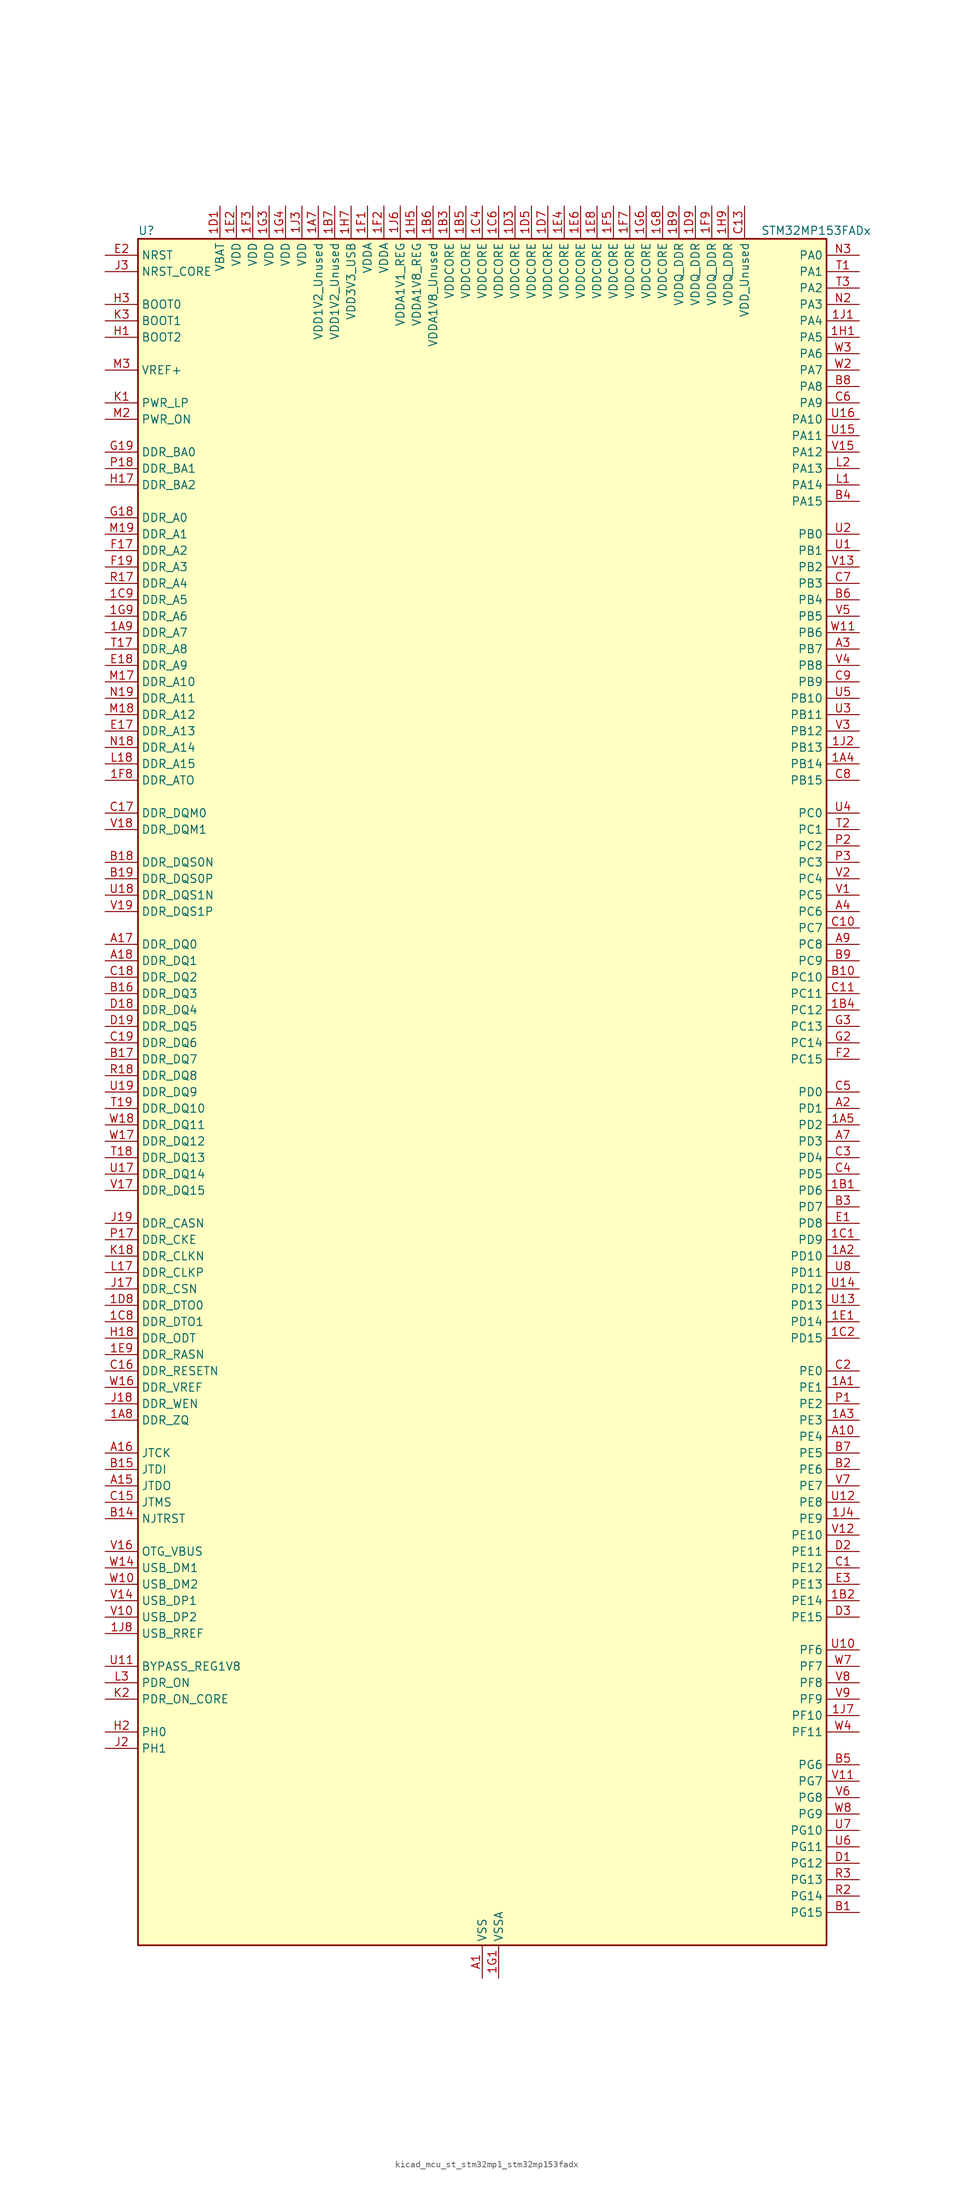
<source format=kicad_sym>
(kicad_symbol_lib
  (version 20220914)
  (generator kicad_symbol_editor)
  (symbol "kicad_mcu_st_stm32mp1_stm32mp153fadx"
    (property "Reference" "U"
      (at -53.34 133.35 0)
      (effects (font (size 1.27 1.27)) (justify left)))
    (property "Value" "STM32MP153FADx"
      (at 43.18 133.35 0)
      (effects (font (size 1.27 1.27)) (justify left)))
    (property "ki_locked" ""
      (at 0 0 0)
      (effects (font (size 1.27 1.27))))
    (symbol "kicad_mcu_st_stm32mp1_stm32mp153fadx_0_1"
      (rectangle (start -53.34 -132.08) (end 53.34 132.08) (stroke (width 0.254) (type default)) (fill (type background))))
    (symbol "kicad_mcu_st_stm32mp1_stm32mp153fadx_1_1"
      (pin bidirectional line (at 58.42 -45.72 180) (length 5.08) (name "PE1" (effects (font (size 1.27 1.27)))) (number "1A1" (effects (font (size 1.27 1.27)))) (alternate "DCMI_D3" bidirectional line) (alternate "FMC_NBL1" bidirectional line) (alternate "I2S2_MCK" bidirectional line) (alternate "LPTIM1_IN2" bidirectional line) (alternate "SAI3_SD_B" bidirectional line) (alternate "UART8_TX" bidirectional line))
      (pin bidirectional line (at 58.42 -25.4 180) (length 5.08) (name "PD10" (effects (font (size 1.27 1.27)))) (number "1A2" (effects (font (size 1.27 1.27)))) (alternate "DFSDM1_CKOUT" bidirectional line) (alternate "FMC_D15" bidirectional line) (alternate "FMC_DA15" bidirectional line) (alternate "I2C5_SMBA" bidirectional line) (alternate "I2S3_SDI" bidirectional line) (alternate "LTDC_B3" bidirectional line) (alternate "RTC_REFIN" bidirectional line) (alternate "SAI3_FS_B" bidirectional line) (alternate "SPI3_MISO" bidirectional line) (alternate "TIM16_BKIN" bidirectional line) (alternate "USART3_CK" bidirectional line))
      (pin bidirectional line (at 58.42 -50.8 180) (length 5.08) (name "PE3" (effects (font (size 1.27 1.27)))) (number "1A3" (effects (font (size 1.27 1.27)))) (alternate "DEBUG_TRACED0" bidirectional line) (alternate "FMC_A19" bidirectional line) (alternate "SAI1_SD_B" bidirectional line) (alternate "SDMMC2_CK" bidirectional line) (alternate "TIM15_BKIN" bidirectional line))
      (pin bidirectional line (at 58.42 50.8 180) (length 5.08) (name "PB14" (effects (font (size 1.27 1.27)))) (number "1A4" (effects (font (size 1.27 1.27)))) (alternate "DFSDM1_DATIN2" bidirectional line) (alternate "I2S2_SDI" bidirectional line) (alternate "SDMMC2_D0" bidirectional line) (alternate "SPI2_MISO" bidirectional line) (alternate "TIM12_CH1" bidirectional line) (alternate "TIM1_CH2N" bidirectional line) (alternate "TIM8_CH2N" bidirectional line) (alternate "USART1_TX" bidirectional line) (alternate "USART3_DE" bidirectional line) (alternate "USART3_RTS" bidirectional line))
      (pin bidirectional line (at 58.42 -5.08 180) (length 5.08) (name "PD2" (effects (font (size 1.27 1.27)))) (number "1A5" (effects (font (size 1.27 1.27)))) (alternate "DCMI_D11" bidirectional line) (alternate "I2C5_SMBA" bidirectional line) (alternate "SDMMC1_CMD" bidirectional line) (alternate "TIM3_ETR" bidirectional line) (alternate "UART4_RX" bidirectional line) (alternate "UART5_RX" bidirectional line))
      (pin passive line (at 0 -137.16 90) (length 5.08) hide (name "VSS" (effects (font (size 1.27 1.27)))) (number "1A6" (effects (font (size 1.27 1.27)))))
      (pin power_in line (at -25.4 137.16 270) (length 5.08) (name "VDD1V2_Unused" (effects (font (size 1.27 1.27)))) (number "1A7" (effects (font (size 1.27 1.27)))))
      (pin bidirectional line (at -58.42 -50.8 0) (length 5.08) (name "DDR_ZQ" (effects (font (size 1.27 1.27)))) (number "1A8" (effects (font (size 1.27 1.27)))) (alternate "DDR_ZQ" bidirectional line))
      (pin bidirectional line (at -58.42 71.12 0) (length 5.08) (name "DDR_A7" (effects (font (size 1.27 1.27)))) (number "1A9" (effects (font (size 1.27 1.27)))) (alternate "DDR_A7" bidirectional line))
      (pin bidirectional line (at 58.42 -15.24 180) (length 5.08) (name "PD6" (effects (font (size 1.27 1.27)))) (number "1B1" (effects (font (size 1.27 1.27)))) (alternate "DCMI_D10" bidirectional line) (alternate "DFSDM1_CKIN4" bidirectional line) (alternate "DFSDM1_DATIN1" bidirectional line) (alternate "FMC_NWAIT" bidirectional line) (alternate "I2S3_SDO" bidirectional line) (alternate "LTDC_B2" bidirectional line) (alternate "SAI1_D1" bidirectional line) (alternate "SAI1_SD_A" bidirectional line) (alternate "SPI3_MOSI" bidirectional line) (alternate "TIM16_CH1N" bidirectional line) (alternate "USART2_RX" bidirectional line))
      (pin bidirectional line (at 58.42 -78.74 180) (length 5.08) (name "PE14" (effects (font (size 1.27 1.27)))) (number "1B2" (effects (font (size 1.27 1.27)))) (alternate "FMC_D11" bidirectional line) (alternate "FMC_DA11" bidirectional line) (alternate "LTDC_CLK" bidirectional line) (alternate "LTDC_G0" bidirectional line) (alternate "SAI2_MCLK_B" bidirectional line) (alternate "SDMMC1_D123DIR" bidirectional line) (alternate "SPI4_MOSI" bidirectional line) (alternate "TIM1_CH4" bidirectional line) (alternate "UART8_DE" bidirectional line) (alternate "UART8_RTS" bidirectional line))
      (pin power_in line (at -5.08 137.16 270) (length 5.08) (name "VDDCORE" (effects (font (size 1.27 1.27)))) (number "1B3" (effects (font (size 1.27 1.27)))))
      (pin bidirectional line (at 58.42 12.7 180) (length 5.08) (name "PC12" (effects (font (size 1.27 1.27)))) (number "1B4" (effects (font (size 1.27 1.27)))) (alternate "DCMI_D9" bidirectional line) (alternate "DEBUG_TRACECLK" bidirectional line) (alternate "I2S3_SDO" bidirectional line) (alternate "RCC_MCO_2" bidirectional line) (alternate "SAI4_D3" bidirectional line) (alternate "SAI4_SD_B" bidirectional line) (alternate "SDMMC1_CK" bidirectional line) (alternate "SPI3_MOSI" bidirectional line) (alternate "UART5_TX" bidirectional line) (alternate "USART3_CK" bidirectional line))
      (pin power_in line (at -2.54 137.16 270) (length 5.08) (name "VDDCORE" (effects (font (size 1.27 1.27)))) (number "1B5" (effects (font (size 1.27 1.27)))))
      (pin power_in line (at -7.62 137.16 270) (length 5.08) (name "VDDA1V8_Unused" (effects (font (size 1.27 1.27)))) (number "1B6" (effects (font (size 1.27 1.27)))))
      (pin power_in line (at -22.86 137.16 270) (length 5.08) (name "VDD1V2_Unused" (effects (font (size 1.27 1.27)))) (number "1B7" (effects (font (size 1.27 1.27)))))
      (pin passive line (at 0 -137.16 90) (length 5.08) hide (name "VSS" (effects (font (size 1.27 1.27)))) (number "1B8" (effects (font (size 1.27 1.27)))))
      (pin power_in line (at 30.48 137.16 270) (length 5.08) (name "VDDQ_DDR" (effects (font (size 1.27 1.27)))) (number "1B9" (effects (font (size 1.27 1.27)))))
      (pin bidirectional line (at 58.42 -22.86 180) (length 5.08) (name "PD9" (effects (font (size 1.27 1.27)))) (number "1C1" (effects (font (size 1.27 1.27)))) (alternate "DAC1_EXTI9" bidirectional line) (alternate "DCMI_HSYNC" bidirectional line) (alternate "DFSDM1_DATIN3" bidirectional line) (alternate "FMC_D14" bidirectional line) (alternate "FMC_DA14" bidirectional line) (alternate "LTDC_B0" bidirectional line) (alternate "SAI3_SD_B" bidirectional line) (alternate "USART3_RX" bidirectional line))
      (pin bidirectional line (at 58.42 -38.1 180) (length 5.08) (name "PD15" (effects (font (size 1.27 1.27)))) (number "1C2" (effects (font (size 1.27 1.27)))) (alternate "ADC1_EXTI15" bidirectional line) (alternate "ADC2_EXTI15" bidirectional line) (alternate "FMC_D1" bidirectional line) (alternate "FMC_DA1" bidirectional line) (alternate "LTDC_R1" bidirectional line) (alternate "SAI3_MCLK_A" bidirectional line) (alternate "TIM4_CH4" bidirectional line) (alternate "UART8_CTS" bidirectional line))
      (pin passive line (at 0 -137.16 90) (length 5.08) hide (name "VSS" (effects (font (size 1.27 1.27)))) (number "1C3" (effects (font (size 1.27 1.27)))))
      (pin power_in line (at 0 137.16 270) (length 5.08) (name "VDDCORE" (effects (font (size 1.27 1.27)))) (number "1C4" (effects (font (size 1.27 1.27)))))
      (pin passive line (at 0 -137.16 90) (length 5.08) hide (name "VSS" (effects (font (size 1.27 1.27)))) (number "1C5" (effects (font (size 1.27 1.27)))))
      (pin power_in line (at 2.54 137.16 270) (length 5.08) (name "VDDCORE" (effects (font (size 1.27 1.27)))) (number "1C6" (effects (font (size 1.27 1.27)))))
      (pin passive line (at 0 -137.16 90) (length 5.08) hide (name "VSS" (effects (font (size 1.27 1.27)))) (number "1C7" (effects (font (size 1.27 1.27)))))
      (pin bidirectional line (at -58.42 -35.56 0) (length 5.08) (name "DDR_DTO1" (effects (font (size 1.27 1.27)))) (number "1C8" (effects (font (size 1.27 1.27)))) (alternate "DDR_DTO1" bidirectional line))
      (pin bidirectional line (at -58.42 76.2 0) (length 5.08) (name "DDR_A5" (effects (font (size 1.27 1.27)))) (number "1C9" (effects (font (size 1.27 1.27)))) (alternate "DDR_A5" bidirectional line))
      (pin power_in line (at -40.64 137.16 270) (length 5.08) (name "VBAT" (effects (font (size 1.27 1.27)))) (number "1D1" (effects (font (size 1.27 1.27)))))
      (pin passive line (at 0 -137.16 90) (length 5.08) hide (name "VSS" (effects (font (size 1.27 1.27)))) (number "1D2" (effects (font (size 1.27 1.27)))))
      (pin power_in line (at 5.08 137.16 270) (length 5.08) (name "VDDCORE" (effects (font (size 1.27 1.27)))) (number "1D3" (effects (font (size 1.27 1.27)))))
      (pin passive line (at 0 -137.16 90) (length 5.08) hide (name "VSS" (effects (font (size 1.27 1.27)))) (number "1D4" (effects (font (size 1.27 1.27)))))
      (pin power_in line (at 7.62 137.16 270) (length 5.08) (name "VDDCORE" (effects (font (size 1.27 1.27)))) (number "1D5" (effects (font (size 1.27 1.27)))))
      (pin passive line (at 0 -137.16 90) (length 5.08) hide (name "VSS" (effects (font (size 1.27 1.27)))) (number "1D6" (effects (font (size 1.27 1.27)))))
      (pin power_in line (at 10.16 137.16 270) (length 5.08) (name "VDDCORE" (effects (font (size 1.27 1.27)))) (number "1D7" (effects (font (size 1.27 1.27)))))
      (pin bidirectional line (at -58.42 -33.02 0) (length 5.08) (name "DDR_DTO0" (effects (font (size 1.27 1.27)))) (number "1D8" (effects (font (size 1.27 1.27)))) (alternate "DDR_DTO0" bidirectional line))
      (pin power_in line (at 33.02 137.16 270) (length 5.08) (name "VDDQ_DDR" (effects (font (size 1.27 1.27)))) (number "1D9" (effects (font (size 1.27 1.27)))))
      (pin bidirectional line (at 58.42 -35.56 180) (length 5.08) (name "PD14" (effects (font (size 1.27 1.27)))) (number "1E1" (effects (font (size 1.27 1.27)))) (alternate "FMC_D0" bidirectional line) (alternate "FMC_DA0" bidirectional line) (alternate "SAI3_MCLK_B" bidirectional line) (alternate "TIM4_CH3" bidirectional line) (alternate "UART8_CTS" bidirectional line))
      (pin power_in line (at -38.1 137.16 270) (length 5.08) (name "VDD" (effects (font (size 1.27 1.27)))) (number "1E2" (effects (font (size 1.27 1.27)))))
      (pin passive line (at 0 -137.16 90) (length 5.08) hide (name "VSS" (effects (font (size 1.27 1.27)))) (number "1E3" (effects (font (size 1.27 1.27)))))
      (pin power_in line (at 12.7 137.16 270) (length 5.08) (name "VDDCORE" (effects (font (size 1.27 1.27)))) (number "1E4" (effects (font (size 1.27 1.27)))))
      (pin passive line (at 0 -137.16 90) (length 5.08) hide (name "VSS" (effects (font (size 1.27 1.27)))) (number "1E5" (effects (font (size 1.27 1.27)))))
      (pin power_in line (at 15.24 137.16 270) (length 5.08) (name "VDDCORE" (effects (font (size 1.27 1.27)))) (number "1E6" (effects (font (size 1.27 1.27)))))
      (pin passive line (at 0 -137.16 90) (length 5.08) hide (name "VSS" (effects (font (size 1.27 1.27)))) (number "1E7" (effects (font (size 1.27 1.27)))))
      (pin power_in line (at 17.78 137.16 270) (length 5.08) (name "VDDCORE" (effects (font (size 1.27 1.27)))) (number "1E8" (effects (font (size 1.27 1.27)))))
      (pin bidirectional line (at -58.42 -40.64 0) (length 5.08) (name "DDR_RASN" (effects (font (size 1.27 1.27)))) (number "1E9" (effects (font (size 1.27 1.27)))) (alternate "DDR_RASN" bidirectional line))
      (pin power_in line (at -17.78 137.16 270) (length 5.08) (name "VDDA" (effects (font (size 1.27 1.27)))) (number "1F1" (effects (font (size 1.27 1.27)))))
      (pin power_in line (at -15.24 137.16 270) (length 5.08) (name "VDDA" (effects (font (size 1.27 1.27)))) (number "1F2" (effects (font (size 1.27 1.27)))))
      (pin power_in line (at -35.56 137.16 270) (length 5.08) (name "VDD" (effects (font (size 1.27 1.27)))) (number "1F3" (effects (font (size 1.27 1.27)))))
      (pin passive line (at 0 -137.16 90) (length 5.08) hide (name "VSS" (effects (font (size 1.27 1.27)))) (number "1F4" (effects (font (size 1.27 1.27)))))
      (pin power_in line (at 20.32 137.16 270) (length 5.08) (name "VDDCORE" (effects (font (size 1.27 1.27)))) (number "1F5" (effects (font (size 1.27 1.27)))))
      (pin passive line (at 0 -137.16 90) (length 5.08) hide (name "VSS" (effects (font (size 1.27 1.27)))) (number "1F6" (effects (font (size 1.27 1.27)))))
      (pin power_in line (at 22.86 137.16 270) (length 5.08) (name "VDDCORE" (effects (font (size 1.27 1.27)))) (number "1F7" (effects (font (size 1.27 1.27)))))
      (pin bidirectional line (at -58.42 48.26 0) (length 5.08) (name "DDR_ATO" (effects (font (size 1.27 1.27)))) (number "1F8" (effects (font (size 1.27 1.27)))) (alternate "DDR_ATO" bidirectional line))
      (pin power_in line (at 35.56 137.16 270) (length 5.08) (name "VDDQ_DDR" (effects (font (size 1.27 1.27)))) (number "1F9" (effects (font (size 1.27 1.27)))))
      (pin power_in line (at 2.54 -137.16 90) (length 5.08) (name "VSSA" (effects (font (size 1.27 1.27)))) (number "1G1" (effects (font (size 1.27 1.27)))))
      (pin passive line (at 0 -137.16 90) (length 5.08) hide (name "VSS" (effects (font (size 1.27 1.27)))) (number "1G2" (effects (font (size 1.27 1.27)))))
      (pin power_in line (at -33.02 137.16 270) (length 5.08) (name "VDD" (effects (font (size 1.27 1.27)))) (number "1G3" (effects (font (size 1.27 1.27)))))
      (pin power_in line (at -30.48 137.16 270) (length 5.08) (name "VDD" (effects (font (size 1.27 1.27)))) (number "1G4" (effects (font (size 1.27 1.27)))))
      (pin passive line (at 0 -137.16 90) (length 5.08) hide (name "VSS" (effects (font (size 1.27 1.27)))) (number "1G5" (effects (font (size 1.27 1.27)))))
      (pin power_in line (at 25.4 137.16 270) (length 5.08) (name "VDDCORE" (effects (font (size 1.27 1.27)))) (number "1G6" (effects (font (size 1.27 1.27)))))
      (pin passive line (at 0 -137.16 90) (length 5.08) hide (name "VSS" (effects (font (size 1.27 1.27)))) (number "1G7" (effects (font (size 1.27 1.27)))))
      (pin power_in line (at 27.94 137.16 270) (length 5.08) (name "VDDCORE" (effects (font (size 1.27 1.27)))) (number "1G8" (effects (font (size 1.27 1.27)))))
      (pin bidirectional line (at -58.42 73.66 0) (length 5.08) (name "DDR_A6" (effects (font (size 1.27 1.27)))) (number "1G9" (effects (font (size 1.27 1.27)))) (alternate "DDR_A6" bidirectional line))
      (pin bidirectional line (at 58.42 116.84 180) (length 5.08) (name "PA5" (effects (font (size 1.27 1.27)))) (number "1H1" (effects (font (size 1.27 1.27)))) (alternate "ADC1_INN18" bidirectional line) (alternate "ADC1_INP19" bidirectional line) (alternate "ADC2_INN18" bidirectional line) (alternate "ADC2_INP19" bidirectional line) (alternate "DAC1_OUT2" bidirectional line) (alternate "I2S1_CK" bidirectional line) (alternate "LTDC_R4" bidirectional line) (alternate "SAI4_CK1" bidirectional line) (alternate "SAI4_MCLK_A" bidirectional line) (alternate "SPI1_SCK" bidirectional line) (alternate "SPI6_SCK" bidirectional line) (alternate "TIM2_CH1" bidirectional line) (alternate "TIM2_ETR" bidirectional line) (alternate "TIM8_CH1N" bidirectional line))
      (pin passive line (at 0 -137.16 90) (length 5.08) hide (name "VSS" (effects (font (size 1.27 1.27)))) (number "1H2" (effects (font (size 1.27 1.27)))))
      (pin passive line (at 0 -137.16 90) (length 5.08) hide (name "VSS" (effects (font (size 1.27 1.27)))) (number "1H3" (effects (font (size 1.27 1.27)))))
      (pin passive line (at 0 -137.16 90) (length 5.08) hide (name "VSS" (effects (font (size 1.27 1.27)))) (number "1H4" (effects (font (size 1.27 1.27)))))
      (pin power_in line (at -10.16 137.16 270) (length 5.08) (name "VDDA1V8_REG" (effects (font (size 1.27 1.27)))) (number "1H5" (effects (font (size 1.27 1.27)))))
      (pin passive line (at 0 -137.16 90) (length 5.08) hide (name "VSS" (effects (font (size 1.27 1.27)))) (number "1H6" (effects (font (size 1.27 1.27)))))
      (pin power_in line (at -20.32 137.16 270) (length 5.08) (name "VDD3V3_USB" (effects (font (size 1.27 1.27)))) (number "1H7" (effects (font (size 1.27 1.27)))))
      (pin passive line (at 0 -137.16 90) (length 5.08) hide (name "VSS" (effects (font (size 1.27 1.27)))) (number "1H8" (effects (font (size 1.27 1.27)))))
      (pin power_in line (at 38.1 137.16 270) (length 5.08) (name "VDDQ_DDR" (effects (font (size 1.27 1.27)))) (number "1H9" (effects (font (size 1.27 1.27)))))
      (pin bidirectional line (at 58.42 119.38 180) (length 5.08) (name "PA4" (effects (font (size 1.27 1.27)))) (number "1J1" (effects (font (size 1.27 1.27)))) (alternate "ADC1_INP18" bidirectional line) (alternate "ADC2_INP18" bidirectional line) (alternate "DAC1_OUT1" bidirectional line) (alternate "DCMI_HSYNC" bidirectional line) (alternate "HDP_HDP0" bidirectional line) (alternate "I2S1_WS" bidirectional line) (alternate "I2S3_WS" bidirectional line) (alternate "LTDC_VSYNC" bidirectional line) (alternate "SAI4_D2" bidirectional line) (alternate "SAI4_FS_A" bidirectional line) (alternate "SPI1_NSS" bidirectional line) (alternate "SPI3_NSS" bidirectional line) (alternate "SPI6_NSS" bidirectional line) (alternate "TIM5_ETR" bidirectional line) (alternate "USART2_CK" bidirectional line))
      (pin bidirectional line (at 58.42 53.34 180) (length 5.08) (name "PB13" (effects (font (size 1.27 1.27)))) (number "1J2" (effects (font (size 1.27 1.27)))) (alternate "DFSDM1_CKIN1" bidirectional line) (alternate "DFSDM1_CKOUT" bidirectional line) (alternate "ETH1_TXD1" bidirectional line) (alternate "FDCAN2_TX" bidirectional line) (alternate "I2S2_CK" bidirectional line) (alternate "LPTIM2_OUT" bidirectional line) (alternate "SPI2_SCK" bidirectional line) (alternate "TIM1_CH1N" bidirectional line) (alternate "UART5_TX" bidirectional line) (alternate "USART3_CTS" bidirectional line) (alternate "USART3_NSS" bidirectional line))
      (pin power_in line (at -27.94 137.16 270) (length 5.08) (name "VDD" (effects (font (size 1.27 1.27)))) (number "1J3" (effects (font (size 1.27 1.27)))))
      (pin bidirectional line (at 58.42 -66.04 180) (length 5.08) (name "PE9" (effects (font (size 1.27 1.27)))) (number "1J4" (effects (font (size 1.27 1.27)))) (alternate "DAC1_EXTI9" bidirectional line) (alternate "DFSDM1_CKOUT" bidirectional line) (alternate "FMC_D6" bidirectional line) (alternate "FMC_DA6" bidirectional line) (alternate "QUADSPI_BK2_IO2" bidirectional line) (alternate "TIM1_CH1" bidirectional line) (alternate "UART7_DE" bidirectional line) (alternate "UART7_RTS" bidirectional line))
      (pin passive line (at 0 -137.16 90) (length 5.08) hide (name "VSS" (effects (font (size 1.27 1.27)))) (number "1J5" (effects (font (size 1.27 1.27)))))
      (pin power_in line (at -12.7 137.16 270) (length 5.08) (name "VDDA1V1_REG" (effects (font (size 1.27 1.27)))) (number "1J6" (effects (font (size 1.27 1.27)))))
      (pin bidirectional line (at 58.42 -96.52 180) (length 5.08) (name "PF10" (effects (font (size 1.27 1.27)))) (number "1J7" (effects (font (size 1.27 1.27)))) (alternate "DCMI_D11" bidirectional line) (alternate "LTDC_DE" bidirectional line) (alternate "QUADSPI_CLK" bidirectional line) (alternate "SAI1_D3" bidirectional line) (alternate "SAI1_D4" bidirectional line) (alternate "SAI4_D3" bidirectional line) (alternate "SAI4_D4" bidirectional line) (alternate "TIM16_BKIN" bidirectional line))
      (pin bidirectional line (at -58.42 -83.82 0) (length 5.08) (name "USB_RREF" (effects (font (size 1.27 1.27)))) (number "1J8" (effects (font (size 1.27 1.27)))))
      (pin passive line (at 0 -137.16 90) (length 5.08) hide (name "VSS" (effects (font (size 1.27 1.27)))) (number "1J9" (effects (font (size 1.27 1.27)))))
      (pin power_in line (at 0 -137.16 90) (length 5.08) (name "VSS" (effects (font (size 1.27 1.27)))) (number "A1" (effects (font (size 1.27 1.27)))))
      (pin bidirectional line (at 58.42 -53.34 180) (length 5.08) (name "PE4" (effects (font (size 1.27 1.27)))) (number "A10" (effects (font (size 1.27 1.27)))) (alternate "DCMI_D4" bidirectional line) (alternate "DEBUG_TRACED1" bidirectional line) (alternate "DFSDM1_DATIN3" bidirectional line) (alternate "FMC_A20" bidirectional line) (alternate "LTDC_B0" bidirectional line) (alternate "SAI1_D2" bidirectional line) (alternate "SAI1_FS_A" bidirectional line) (alternate "SDMMC1_CKIN" bidirectional line) (alternate "SDMMC1_D4" bidirectional line) (alternate "SDMMC2_CKIN" bidirectional line) (alternate "SDMMC2_D4" bidirectional line) (alternate "SPI4_NSS" bidirectional line) (alternate "TIM15_CH1N" bidirectional line))
      (pin no_connect line (at -53.34 -132.08 0) (length 5.08) hide (name "DNU" (effects (font (size 1.27 1.27)))) (number "A12" (effects (font (size 1.27 1.27)))))
      (pin no_connect line (at -53.34 -129.54 0) (length 5.08) hide (name "DNU" (effects (font (size 1.27 1.27)))) (number "A13" (effects (font (size 1.27 1.27)))))
      (pin bidirectional line (at -58.42 -60.96 0) (length 5.08) (name "JTDO" (effects (font (size 1.27 1.27)))) (number "A15" (effects (font (size 1.27 1.27)))) (alternate "DEBUG_JTDO-SWO" bidirectional line))
      (pin bidirectional line (at -58.42 -55.88 0) (length 5.08) (name "JTCK" (effects (font (size 1.27 1.27)))) (number "A16" (effects (font (size 1.27 1.27)))) (alternate "DEBUG_JTCK-SWCLK" bidirectional line))
      (pin bidirectional line (at -58.42 22.86 0) (length 5.08) (name "DDR_DQ0" (effects (font (size 1.27 1.27)))) (number "A17" (effects (font (size 1.27 1.27)))) (alternate "DDR_DQ0" bidirectional line))
      (pin bidirectional line (at -58.42 20.32 0) (length 5.08) (name "DDR_DQ1" (effects (font (size 1.27 1.27)))) (number "A18" (effects (font (size 1.27 1.27)))) (alternate "DDR_DQ1" bidirectional line))
      (pin passive line (at 0 -137.16 90) (length 5.08) hide (name "VSS" (effects (font (size 1.27 1.27)))) (number "A19" (effects (font (size 1.27 1.27)))))
      (pin bidirectional line (at 58.42 -2.54 180) (length 5.08) (name "PD1" (effects (font (size 1.27 1.27)))) (number "A2" (effects (font (size 1.27 1.27)))) (alternate "DFSDM1_CKIN7" bidirectional line) (alternate "DFSDM1_DATIN6" bidirectional line) (alternate "FDCAN1_TX" bidirectional line) (alternate "FMC_D3" bidirectional line) (alternate "FMC_DA3" bidirectional line) (alternate "I2C5_SCL" bidirectional line) (alternate "I2C6_SCL" bidirectional line) (alternate "SAI3_SD_A" bidirectional line) (alternate "SDMMC3_D0" bidirectional line) (alternate "UART4_TX" bidirectional line))
      (pin bidirectional line (at 58.42 68.58 180) (length 5.08) (name "PB7" (effects (font (size 1.27 1.27)))) (number "A3" (effects (font (size 1.27 1.27)))) (alternate "DCMI_VSYNC" bidirectional line) (alternate "DFSDM1_CKIN5" bidirectional line) (alternate "FMC_NL" bidirectional line) (alternate "I2C1_SDA" bidirectional line) (alternate "I2C4_SDA" bidirectional line) (alternate "SDMMC2_D1" bidirectional line) (alternate "TIM17_CH1N" bidirectional line) (alternate "TIM4_CH2" bidirectional line) (alternate "USART1_RX" bidirectional line))
      (pin bidirectional line (at 58.42 27.94 180) (length 5.08) (name "PC6" (effects (font (size 1.27 1.27)))) (number "A4" (effects (font (size 1.27 1.27)))) (alternate "DCMI_D0" bidirectional line) (alternate "DFSDM1_CKIN3" bidirectional line) (alternate "HDP_HDP1" bidirectional line) (alternate "I2S2_MCK" bidirectional line) (alternate "LTDC_HSYNC" bidirectional line) (alternate "SDMMC1_D0DIR" bidirectional line) (alternate "SDMMC1_D6" bidirectional line) (alternate "SDMMC2_D0DIR" bidirectional line) (alternate "SDMMC2_D6" bidirectional line) (alternate "TIM3_CH1" bidirectional line) (alternate "TIM8_CH1" bidirectional line) (alternate "USART6_TX" bidirectional line))
      (pin passive line (at 0 -137.16 90) (length 5.08) hide (name "VSS" (effects (font (size 1.27 1.27)))) (number "A6" (effects (font (size 1.27 1.27)))))
      (pin bidirectional line (at 58.42 -7.62 180) (length 5.08) (name "PD3" (effects (font (size 1.27 1.27)))) (number "A7" (effects (font (size 1.27 1.27)))) (alternate "DCMI_D5" bidirectional line) (alternate "DFSDM1_CKOUT" bidirectional line) (alternate "DFSDM1_DATIN0" bidirectional line) (alternate "FMC_CLK" bidirectional line) (alternate "HDP_HDP5" bidirectional line) (alternate "I2S2_CK" bidirectional line) (alternate "LTDC_G7" bidirectional line) (alternate "SDMMC1_D123DIR" bidirectional line) (alternate "SDMMC1_D7" bidirectional line) (alternate "SDMMC2_D123DIR" bidirectional line) (alternate "SDMMC2_D7" bidirectional line) (alternate "SPI2_SCK" bidirectional line) (alternate "USART2_CTS" bidirectional line) (alternate "USART2_NSS" bidirectional line))
      (pin bidirectional line (at 58.42 22.86 180) (length 5.08) (name "PC8" (effects (font (size 1.27 1.27)))) (number "A9" (effects (font (size 1.27 1.27)))) (alternate "DCMI_D2" bidirectional line) (alternate "DEBUG_TRACED0" bidirectional line) (alternate "SDMMC1_D0" bidirectional line) (alternate "TIM3_CH3" bidirectional line) (alternate "TIM8_CH3" bidirectional line) (alternate "UART4_TX" bidirectional line) (alternate "UART5_DE" bidirectional line) (alternate "UART5_RTS" bidirectional line) (alternate "USART6_CK" bidirectional line))
      (pin bidirectional line (at 58.42 -127 180) (length 5.08) (name "PG15" (effects (font (size 1.27 1.27)))) (number "B1" (effects (font (size 1.27 1.27)))) (alternate "ADC1_EXTI15" bidirectional line) (alternate "ADC2_EXTI15" bidirectional line) (alternate "DCMI_D13" bidirectional line) (alternate "DEBUG_TRACED7" bidirectional line) (alternate "I2C2_SDA" bidirectional line) (alternate "SAI1_D2" bidirectional line) (alternate "SAI1_FS_A" bidirectional line) (alternate "SDMMC3_CK" bidirectional line) (alternate "USART6_CTS" bidirectional line) (alternate "USART6_NSS" bidirectional line))
      (pin bidirectional line (at 58.42 17.78 180) (length 5.08) (name "PC10" (effects (font (size 1.27 1.27)))) (number "B10" (effects (font (size 1.27 1.27)))) (alternate "DCMI_D8" bidirectional line) (alternate "DEBUG_TRACED2" bidirectional line) (alternate "DFSDM1_CKIN5" bidirectional line) (alternate "I2S3_CK" bidirectional line) (alternate "LTDC_R2" bidirectional line) (alternate "QUADSPI_BK1_IO1" bidirectional line) (alternate "SAI4_MCLK_B" bidirectional line) (alternate "SDMMC1_D2" bidirectional line) (alternate "SPI3_SCK" bidirectional line) (alternate "UART4_TX" bidirectional line) (alternate "USART3_TX" bidirectional line))
      (pin no_connect line (at -53.34 -127 0) (length 5.08) hide (name "DNU" (effects (font (size 1.27 1.27)))) (number "B11" (effects (font (size 1.27 1.27)))))
      (pin no_connect line (at -53.34 -124.46 0) (length 5.08) hide (name "DNU" (effects (font (size 1.27 1.27)))) (number "B12" (effects (font (size 1.27 1.27)))))
      (pin no_connect line (at -53.34 -121.92 0) (length 5.08) hide (name "DNU" (effects (font (size 1.27 1.27)))) (number "B13" (effects (font (size 1.27 1.27)))))
      (pin bidirectional line (at -58.42 -66.04 0) (length 5.08) (name "NJTRST" (effects (font (size 1.27 1.27)))) (number "B14" (effects (font (size 1.27 1.27)))) (alternate "DEBUG_JTRST" bidirectional line))
      (pin bidirectional line (at -58.42 -58.42 0) (length 5.08) (name "JTDI" (effects (font (size 1.27 1.27)))) (number "B15" (effects (font (size 1.27 1.27)))) (alternate "DEBUG_JTDI" bidirectional line))
      (pin bidirectional line (at -58.42 15.24 0) (length 5.08) (name "DDR_DQ3" (effects (font (size 1.27 1.27)))) (number "B16" (effects (font (size 1.27 1.27)))) (alternate "DDR_DQ3" bidirectional line))
      (pin bidirectional line (at -58.42 5.08 0) (length 5.08) (name "DDR_DQ7" (effects (font (size 1.27 1.27)))) (number "B17" (effects (font (size 1.27 1.27)))) (alternate "DDR_DQ7" bidirectional line))
      (pin bidirectional line (at -58.42 35.56 0) (length 5.08) (name "DDR_DQS0N" (effects (font (size 1.27 1.27)))) (number "B18" (effects (font (size 1.27 1.27)))) (alternate "DDR_DQS0N" bidirectional line))
      (pin bidirectional line (at -58.42 33.02 0) (length 5.08) (name "DDR_DQS0P" (effects (font (size 1.27 1.27)))) (number "B19" (effects (font (size 1.27 1.27)))) (alternate "DDR_DQS0P" bidirectional line))
      (pin bidirectional line (at 58.42 -58.42 180) (length 5.08) (name "PE6" (effects (font (size 1.27 1.27)))) (number "B2" (effects (font (size 1.27 1.27)))) (alternate "DCMI_D7" bidirectional line) (alternate "DEBUG_TRACED2" bidirectional line) (alternate "FMC_A22" bidirectional line) (alternate "LTDC_G1" bidirectional line) (alternate "SAI1_D1" bidirectional line) (alternate "SAI1_SD_A" bidirectional line) (alternate "SAI2_MCLK_B" bidirectional line) (alternate "SDMMC1_D2" bidirectional line) (alternate "SDMMC2_D0" bidirectional line) (alternate "SPI4_MOSI" bidirectional line) (alternate "TIM15_CH2" bidirectional line) (alternate "TIM1_BKIN2" bidirectional line))
      (pin bidirectional line (at 58.42 -17.78 180) (length 5.08) (name "PD7" (effects (font (size 1.27 1.27)))) (number "B3" (effects (font (size 1.27 1.27)))) (alternate "DEBUG_TRACED6" bidirectional line) (alternate "DFSDM1_CKIN1" bidirectional line) (alternate "DFSDM1_DATIN4" bidirectional line) (alternate "FMC_NE1" bidirectional line) (alternate "I2C2_SCL" bidirectional line) (alternate "SDMMC3_D3" bidirectional line) (alternate "SPDIFRX_IN0" bidirectional line) (alternate "USART2_CK" bidirectional line))
      (pin bidirectional line (at 58.42 91.44 180) (length 5.08) (name "PA15" (effects (font (size 1.27 1.27)))) (number "B4" (effects (font (size 1.27 1.27)))) (alternate "ADC1_EXTI15" bidirectional line) (alternate "ADC2_EXTI15" bidirectional line) (alternate "CEC" bidirectional line) (alternate "DEBUG_DBTRGI" bidirectional line) (alternate "I2S1_WS" bidirectional line) (alternate "I2S3_WS" bidirectional line) (alternate "LTDC_R1" bidirectional line) (alternate "SAI4_D2" bidirectional line) (alternate "SAI4_FS_A" bidirectional line) (alternate "SDMMC1_CDIR" bidirectional line) (alternate "SDMMC1_D5" bidirectional line) (alternate "SDMMC2_CDIR" bidirectional line) (alternate "SDMMC2_D5" bidirectional line) (alternate "SPI1_NSS" bidirectional line) (alternate "SPI3_NSS" bidirectional line) (alternate "SPI6_NSS" bidirectional line) (alternate "TIM2_CH1" bidirectional line) (alternate "TIM2_ETR" bidirectional line) (alternate "UART4_DE" bidirectional line) (alternate "UART4_RTS" bidirectional line) (alternate "UART7_TX" bidirectional line))
      (pin bidirectional line (at 58.42 -104.14 180) (length 5.08) (name "PG6" (effects (font (size 1.27 1.27)))) (number "B5" (effects (font (size 1.27 1.27)))) (alternate "DCMI_D12" bidirectional line) (alternate "DEBUG_TRACED14" bidirectional line) (alternate "LTDC_R7" bidirectional line) (alternate "SDMMC2_CMD" bidirectional line) (alternate "TIM17_BKIN" bidirectional line))
      (pin bidirectional line (at 58.42 76.2 180) (length 5.08) (name "PB4" (effects (font (size 1.27 1.27)))) (number "B6" (effects (font (size 1.27 1.27)))) (alternate "DEBUG_TRACED8" bidirectional line) (alternate "I2S1_SDI" bidirectional line) (alternate "I2S2_WS" bidirectional line) (alternate "I2S3_SDI" bidirectional line) (alternate "SAI4_CK2" bidirectional line) (alternate "SAI4_SCK_A" bidirectional line) (alternate "SDMMC2_D3" bidirectional line) (alternate "SPI1_MISO" bidirectional line) (alternate "SPI2_NSS" bidirectional line) (alternate "SPI3_MISO" bidirectional line) (alternate "SPI6_MISO" bidirectional line) (alternate "TIM16_BKIN" bidirectional line) (alternate "TIM3_CH1" bidirectional line) (alternate "UART7_TX" bidirectional line))
      (pin bidirectional line (at 58.42 -55.88 180) (length 5.08) (name "PE5" (effects (font (size 1.27 1.27)))) (number "B7" (effects (font (size 1.27 1.27)))) (alternate "DCMI_D6" bidirectional line) (alternate "DEBUG_TRACED3" bidirectional line) (alternate "DFSDM1_CKIN3" bidirectional line) (alternate "FMC_A21" bidirectional line) (alternate "LTDC_G0" bidirectional line) (alternate "SAI1_CK2" bidirectional line) (alternate "SAI1_SCK_A" bidirectional line) (alternate "SDMMC1_D0DIR" bidirectional line) (alternate "SDMMC1_D6" bidirectional line) (alternate "SDMMC2_D0DIR" bidirectional line) (alternate "SDMMC2_D6" bidirectional line) (alternate "SPI4_MISO" bidirectional line) (alternate "TIM15_CH1" bidirectional line))
      (pin bidirectional line (at 58.42 109.22 180) (length 5.08) (name "PA8" (effects (font (size 1.27 1.27)))) (number "B8" (effects (font (size 1.27 1.27)))) (alternate "I2C3_SCL" bidirectional line) (alternate "I2S3_SDO" bidirectional line) (alternate "LTDC_R6" bidirectional line) (alternate "RCC_MCO_1" bidirectional line) (alternate "SAI4_SD_B" bidirectional line) (alternate "SDMMC2_CKIN" bidirectional line) (alternate "SDMMC2_D4" bidirectional line) (alternate "SPI3_MOSI" bidirectional line) (alternate "TIM1_CH1" bidirectional line) (alternate "TIM8_BKIN2" bidirectional line) (alternate "UART7_RX" bidirectional line) (alternate "USART1_CK" bidirectional line) (alternate "USB_OTG_HS_SOF" bidirectional line))
      (pin bidirectional line (at 58.42 20.32 180) (length 5.08) (name "PC9" (effects (font (size 1.27 1.27)))) (number "B9" (effects (font (size 1.27 1.27)))) (alternate "DAC1_EXTI9" bidirectional line) (alternate "DCMI_D3" bidirectional line) (alternate "DEBUG_TRACED1" bidirectional line) (alternate "I2C3_SDA" bidirectional line) (alternate "I2S_CKIN" bidirectional line) (alternate "LTDC_B2" bidirectional line) (alternate "QUADSPI_BK1_IO0" bidirectional line) (alternate "SDMMC1_D1" bidirectional line) (alternate "TIM3_CH4" bidirectional line) (alternate "TIM8_CH4" bidirectional line) (alternate "UART5_CTS" bidirectional line))
      (pin bidirectional line (at 58.42 -73.66 180) (length 5.08) (name "PE12" (effects (font (size 1.27 1.27)))) (number "C1" (effects (font (size 1.27 1.27)))) (alternate "DFSDM1_DATIN5" bidirectional line) (alternate "FMC_D9" bidirectional line) (alternate "FMC_DA9" bidirectional line) (alternate "LTDC_B4" bidirectional line) (alternate "SAI2_SCK_B" bidirectional line) (alternate "SDMMC1_D0DIR" bidirectional line) (alternate "SPI4_SCK" bidirectional line) (alternate "TIM1_CH3N" bidirectional line))
      (pin bidirectional line (at 58.42 25.4 180) (length 5.08) (name "PC7" (effects (font (size 1.27 1.27)))) (number "C10" (effects (font (size 1.27 1.27)))) (alternate "DCMI_D1" bidirectional line) (alternate "DFSDM1_DATIN3" bidirectional line) (alternate "HDP_HDP4" bidirectional line) (alternate "I2S3_MCK" bidirectional line) (alternate "LTDC_G6" bidirectional line) (alternate "SDMMC1_D123DIR" bidirectional line) (alternate "SDMMC1_D7" bidirectional line) (alternate "SDMMC2_D123DIR" bidirectional line) (alternate "SDMMC2_D7" bidirectional line) (alternate "TIM3_CH2" bidirectional line) (alternate "TIM8_CH2" bidirectional line) (alternate "USART6_RX" bidirectional line))
      (pin bidirectional line (at 58.42 15.24 180) (length 5.08) (name "PC11" (effects (font (size 1.27 1.27)))) (number "C11" (effects (font (size 1.27 1.27)))) (alternate "ADC1_EXTI11" bidirectional line) (alternate "ADC2_EXTI11" bidirectional line) (alternate "DCMI_D4" bidirectional line) (alternate "DEBUG_TRACED3" bidirectional line) (alternate "DFSDM1_DATIN5" bidirectional line) (alternate "I2S3_SDI" bidirectional line) (alternate "QUADSPI_BK2_NCS" bidirectional line) (alternate "SAI4_SCK_B" bidirectional line) (alternate "SDMMC1_D3" bidirectional line) (alternate "SPI3_MISO" bidirectional line) (alternate "UART4_RX" bidirectional line) (alternate "USART3_RX" bidirectional line))
      (pin no_connect line (at -53.34 -119.38 0) (length 5.08) hide (name "DNU" (effects (font (size 1.27 1.27)))) (number "C12" (effects (font (size 1.27 1.27)))))
      (pin power_in line (at 40.64 137.16 270) (length 5.08) (name "VDD_Unused" (effects (font (size 1.27 1.27)))) (number "C13" (effects (font (size 1.27 1.27)))))
      (pin passive line (at 0 -137.16 90) (length 5.08) hide (name "VSS" (effects (font (size 1.27 1.27)))) (number "C14" (effects (font (size 1.27 1.27)))))
      (pin bidirectional line (at -58.42 -63.5 0) (length 5.08) (name "JTMS" (effects (font (size 1.27 1.27)))) (number "C15" (effects (font (size 1.27 1.27)))) (alternate "DEBUG_JTMS-SWDIO" bidirectional line))
      (pin bidirectional line (at -58.42 -43.18 0) (length 5.08) (name "DDR_RESETN" (effects (font (size 1.27 1.27)))) (number "C16" (effects (font (size 1.27 1.27)))) (alternate "DDR_RESETN" bidirectional line))
      (pin bidirectional line (at -58.42 43.18 0) (length 5.08) (name "DDR_DQM0" (effects (font (size 1.27 1.27)))) (number "C17" (effects (font (size 1.27 1.27)))) (alternate "DDR_DQM0" bidirectional line))
      (pin bidirectional line (at -58.42 17.78 0) (length 5.08) (name "DDR_DQ2" (effects (font (size 1.27 1.27)))) (number "C18" (effects (font (size 1.27 1.27)))) (alternate "DDR_DQ2" bidirectional line))
      (pin bidirectional line (at -58.42 7.62 0) (length 5.08) (name "DDR_DQ6" (effects (font (size 1.27 1.27)))) (number "C19" (effects (font (size 1.27 1.27)))) (alternate "DDR_DQ6" bidirectional line))
      (pin bidirectional line (at 58.42 -43.18 180) (length 5.08) (name "PE0" (effects (font (size 1.27 1.27)))) (number "C2" (effects (font (size 1.27 1.27)))) (alternate "DCMI_D2" bidirectional line) (alternate "FMC_NBL0" bidirectional line) (alternate "I2S3_CK" bidirectional line) (alternate "LPTIM1_ETR" bidirectional line) (alternate "LPTIM2_ETR" bidirectional line) (alternate "SAI2_MCLK_A" bidirectional line) (alternate "SAI4_MCLK_B" bidirectional line) (alternate "SPI3_SCK" bidirectional line) (alternate "TIM4_ETR" bidirectional line) (alternate "UART8_RX" bidirectional line))
      (pin bidirectional line (at 58.42 -10.16 180) (length 5.08) (name "PD4" (effects (font (size 1.27 1.27)))) (number "C3" (effects (font (size 1.27 1.27)))) (alternate "DFSDM1_CKIN0" bidirectional line) (alternate "FMC_NOE" bidirectional line) (alternate "SAI3_FS_A" bidirectional line) (alternate "SDMMC3_D1" bidirectional line) (alternate "USART2_DE" bidirectional line) (alternate "USART2_RTS" bidirectional line))
      (pin bidirectional line (at 58.42 -12.7 180) (length 5.08) (name "PD5" (effects (font (size 1.27 1.27)))) (number "C4" (effects (font (size 1.27 1.27)))) (alternate "FMC_NWE" bidirectional line) (alternate "SDMMC3_D2" bidirectional line) (alternate "USART2_TX" bidirectional line))
      (pin bidirectional line (at 58.42 0 180) (length 5.08) (name "PD0" (effects (font (size 1.27 1.27)))) (number "C5" (effects (font (size 1.27 1.27)))) (alternate "DFSDM1_CKIN6" bidirectional line) (alternate "DFSDM1_DATIN7" bidirectional line) (alternate "FDCAN1_RX" bidirectional line) (alternate "FMC_D2" bidirectional line) (alternate "FMC_DA2" bidirectional line) (alternate "I2C5_SDA" bidirectional line) (alternate "I2C6_SDA" bidirectional line) (alternate "SAI3_SCK_A" bidirectional line) (alternate "SDMMC3_CMD" bidirectional line) (alternate "UART4_RX" bidirectional line))
      (pin bidirectional line (at 58.42 106.68 180) (length 5.08) (name "PA9" (effects (font (size 1.27 1.27)))) (number "C6" (effects (font (size 1.27 1.27)))) (alternate "DAC1_EXTI9" bidirectional line) (alternate "DCMI_D0" bidirectional line) (alternate "I2C3_SMBA" bidirectional line) (alternate "I2S2_CK" bidirectional line) (alternate "LTDC_R5" bidirectional line) (alternate "SDMMC2_CDIR" bidirectional line) (alternate "SDMMC2_D5" bidirectional line) (alternate "SPI2_SCK" bidirectional line) (alternate "TIM1_CH2" bidirectional line) (alternate "USART1_TX" bidirectional line))
      (pin bidirectional line (at 58.42 78.74 180) (length 5.08) (name "PB3" (effects (font (size 1.27 1.27)))) (number "C7" (effects (font (size 1.27 1.27)))) (alternate "DEBUG_TRACED9" bidirectional line) (alternate "I2S1_CK" bidirectional line) (alternate "I2S3_CK" bidirectional line) (alternate "SAI4_CK1" bidirectional line) (alternate "SAI4_MCLK_A" bidirectional line) (alternate "SDMMC2_D2" bidirectional line) (alternate "SPI1_SCK" bidirectional line) (alternate "SPI3_SCK" bidirectional line) (alternate "SPI6_SCK" bidirectional line) (alternate "TIM2_CH2" bidirectional line) (alternate "UART7_RX" bidirectional line))
      (pin bidirectional line (at 58.42 48.26 180) (length 5.08) (name "PB15" (effects (font (size 1.27 1.27)))) (number "C8" (effects (font (size 1.27 1.27)))) (alternate "ADC1_EXTI15" bidirectional line) (alternate "ADC2_EXTI15" bidirectional line) (alternate "DFSDM1_CKIN2" bidirectional line) (alternate "I2S2_SDO" bidirectional line) (alternate "RTC_REFIN" bidirectional line) (alternate "SDMMC2_D1" bidirectional line) (alternate "SPI2_MOSI" bidirectional line) (alternate "TIM12_CH2" bidirectional line) (alternate "TIM1_CH3N" bidirectional line) (alternate "TIM8_CH3N" bidirectional line) (alternate "USART1_RX" bidirectional line))
      (pin bidirectional line (at 58.42 63.5 180) (length 5.08) (name "PB9" (effects (font (size 1.27 1.27)))) (number "C9" (effects (font (size 1.27 1.27)))) (alternate "DAC1_EXTI9" bidirectional line) (alternate "DCMI_D7" bidirectional line) (alternate "DFSDM1_DATIN7" bidirectional line) (alternate "FDCAN1_TX" bidirectional line) (alternate "HDP_HDP7" bidirectional line) (alternate "I2C1_SDA" bidirectional line) (alternate "I2C4_SDA" bidirectional line) (alternate "I2S2_WS" bidirectional line) (alternate "LTDC_B7" bidirectional line) (alternate "SDMMC1_CDIR" bidirectional line) (alternate "SDMMC1_D5" bidirectional line) (alternate "SDMMC2_CDIR" bidirectional line) (alternate "SDMMC2_D5" bidirectional line) (alternate "SPI2_NSS" bidirectional line) (alternate "TIM17_CH1" bidirectional line) (alternate "TIM4_CH4" bidirectional line) (alternate "UART4_TX" bidirectional line))
      (pin bidirectional line (at 58.42 -119.38 180) (length 5.08) (name "PG12" (effects (font (size 1.27 1.27)))) (number "D1" (effects (font (size 1.27 1.27)))) (alternate "ETH1_PHY_INTN" bidirectional line) (alternate "FMC_NE4" bidirectional line) (alternate "LPTIM1_IN1" bidirectional line) (alternate "LTDC_B1" bidirectional line) (alternate "LTDC_B4" bidirectional line) (alternate "SAI4_CK2" bidirectional line) (alternate "SAI4_SCK_A" bidirectional line) (alternate "SPDIFRX_IN1" bidirectional line) (alternate "SPI6_MISO" bidirectional line) (alternate "USART6_DE" bidirectional line) (alternate "USART6_RTS" bidirectional line))
      (pin passive line (at 0 -137.16 90) (length 5.08) hide (name "VSS" (effects (font (size 1.27 1.27)))) (number "D17" (effects (font (size 1.27 1.27)))))
      (pin bidirectional line (at -58.42 12.7 0) (length 5.08) (name "DDR_DQ4" (effects (font (size 1.27 1.27)))) (number "D18" (effects (font (size 1.27 1.27)))) (alternate "DDR_DQ4" bidirectional line))
      (pin bidirectional line (at -58.42 10.16 0) (length 5.08) (name "DDR_DQ5" (effects (font (size 1.27 1.27)))) (number "D19" (effects (font (size 1.27 1.27)))) (alternate "DDR_DQ5" bidirectional line))
      (pin bidirectional line (at 58.42 -71.12 180) (length 5.08) (name "PE11" (effects (font (size 1.27 1.27)))) (number "D2" (effects (font (size 1.27 1.27)))) (alternate "ADC1_EXTI11" bidirectional line) (alternate "ADC2_EXTI11" bidirectional line) (alternate "DCMI_D4" bidirectional line) (alternate "DFSDM1_CKIN4" bidirectional line) (alternate "FMC_D8" bidirectional line) (alternate "FMC_DA8" bidirectional line) (alternate "LTDC_G3" bidirectional line) (alternate "SAI2_SD_B" bidirectional line) (alternate "SPI4_NSS" bidirectional line) (alternate "TIM1_CH2" bidirectional line) (alternate "USART6_CK" bidirectional line))
      (pin bidirectional line (at 58.42 -81.28 180) (length 5.08) (name "PE15" (effects (font (size 1.27 1.27)))) (number "D3" (effects (font (size 1.27 1.27)))) (alternate "ADC1_EXTI15" bidirectional line) (alternate "ADC2_EXTI15" bidirectional line) (alternate "FMC_D12" bidirectional line) (alternate "FMC_DA12" bidirectional line) (alternate "FMC_NCE2" bidirectional line) (alternate "HDP_HDP3" bidirectional line) (alternate "LTDC_R7" bidirectional line) (alternate "TIM15_BKIN" bidirectional line) (alternate "TIM1_BKIN" bidirectional line) (alternate "UART8_CTS" bidirectional line) (alternate "USART2_CTS" bidirectional line) (alternate "USART2_NSS" bidirectional line))
      (pin bidirectional line (at 58.42 -20.32 180) (length 5.08) (name "PD8" (effects (font (size 1.27 1.27)))) (number "E1" (effects (font (size 1.27 1.27)))) (alternate "DFSDM1_CKIN3" bidirectional line) (alternate "FMC_D13" bidirectional line) (alternate "FMC_DA13" bidirectional line) (alternate "LTDC_B7" bidirectional line) (alternate "SAI3_SCK_B" bidirectional line) (alternate "SPDIFRX_IN1" bidirectional line) (alternate "USART3_TX" bidirectional line))
      (pin bidirectional line (at -58.42 55.88 0) (length 5.08) (name "DDR_A13" (effects (font (size 1.27 1.27)))) (number "E17" (effects (font (size 1.27 1.27)))) (alternate "DDR_A13" bidirectional line))
      (pin bidirectional line (at -58.42 66.04 0) (length 5.08) (name "DDR_A9" (effects (font (size 1.27 1.27)))) (number "E18" (effects (font (size 1.27 1.27)))) (alternate "DDR_A9" bidirectional line))
      (pin input line (at -58.42 129.54 0) (length 5.08) (name "NRST" (effects (font (size 1.27 1.27)))) (number "E2" (effects (font (size 1.27 1.27)))))
      (pin bidirectional line (at 58.42 -76.2 180) (length 5.08) (name "PE13" (effects (font (size 1.27 1.27)))) (number "E3" (effects (font (size 1.27 1.27)))) (alternate "DCMI_D6" bidirectional line) (alternate "DFSDM1_CKIN5" bidirectional line) (alternate "FMC_D10" bidirectional line) (alternate "FMC_DA10" bidirectional line) (alternate "HDP_HDP2" bidirectional line) (alternate "LTDC_DE" bidirectional line) (alternate "SAI2_FS_B" bidirectional line) (alternate "SPI4_MISO" bidirectional line) (alternate "TIM1_CH3" bidirectional line))
      (pin bidirectional line (at -58.42 83.82 0) (length 5.08) (name "DDR_A2" (effects (font (size 1.27 1.27)))) (number "F17" (effects (font (size 1.27 1.27)))) (alternate "DDR_A2" bidirectional line))
      (pin passive line (at 0 -137.16 90) (length 5.08) hide (name "VSS" (effects (font (size 1.27 1.27)))) (number "F18" (effects (font (size 1.27 1.27)))))
      (pin bidirectional line (at -58.42 81.28 0) (length 5.08) (name "DDR_A3" (effects (font (size 1.27 1.27)))) (number "F19" (effects (font (size 1.27 1.27)))) (alternate "DDR_A3" bidirectional line))
      (pin bidirectional line (at 58.42 5.08 180) (length 5.08) (name "PC15" (effects (font (size 1.27 1.27)))) (number "F2" (effects (font (size 1.27 1.27)))) (alternate "ADC1_EXTI15" bidirectional line) (alternate "ADC2_EXTI15" bidirectional line) (alternate "RCC_OSC32_OUT" bidirectional line))
      (pin passive line (at 0 -137.16 90) (length 5.08) hide (name "VSS" (effects (font (size 1.27 1.27)))) (number "F3" (effects (font (size 1.27 1.27)))))
      (pin passive line (at 0 -137.16 90) (length 5.08) hide (name "VSS" (effects (font (size 1.27 1.27)))) (number "G1" (effects (font (size 1.27 1.27)))))
      (pin passive line (at 0 -137.16 90) (length 5.08) hide (name "VSS" (effects (font (size 1.27 1.27)))) (number "G17" (effects (font (size 1.27 1.27)))))
      (pin bidirectional line (at -58.42 88.9 0) (length 5.08) (name "DDR_A0" (effects (font (size 1.27 1.27)))) (number "G18" (effects (font (size 1.27 1.27)))) (alternate "DDR_A0" bidirectional line))
      (pin bidirectional line (at -58.42 99.06 0) (length 5.08) (name "DDR_BA0" (effects (font (size 1.27 1.27)))) (number "G19" (effects (font (size 1.27 1.27)))) (alternate "DDR_BA0" bidirectional line))
      (pin bidirectional line (at 58.42 7.62 180) (length 5.08) (name "PC14" (effects (font (size 1.27 1.27)))) (number "G2" (effects (font (size 1.27 1.27)))) (alternate "RCC_OSC32_IN" bidirectional line))
      (pin bidirectional line (at 58.42 10.16 180) (length 5.08) (name "PC13" (effects (font (size 1.27 1.27)))) (number "G3" (effects (font (size 1.27 1.27)))) (alternate "PWR_WKUP3" bidirectional line) (alternate "RTC_LSCO" bidirectional line) (alternate "RTC_TS" bidirectional line) (alternate "TAMP_IN1" bidirectional line) (alternate "TAMP_OUT2" bidirectional line) (alternate "TAMP_OUT3" bidirectional line))
      (pin input line (at -58.42 116.84 0) (length 5.08) (name "BOOT2" (effects (font (size 1.27 1.27)))) (number "H1" (effects (font (size 1.27 1.27)))))
      (pin bidirectional line (at -58.42 93.98 0) (length 5.08) (name "DDR_BA2" (effects (font (size 1.27 1.27)))) (number "H17" (effects (font (size 1.27 1.27)))) (alternate "DDR_BA2" bidirectional line))
      (pin bidirectional line (at -58.42 -38.1 0) (length 5.08) (name "DDR_ODT" (effects (font (size 1.27 1.27)))) (number "H18" (effects (font (size 1.27 1.27)))) (alternate "DDR_ODT" bidirectional line))
      (pin bidirectional line (at -58.42 -99.06 0) (length 5.08) (name "PH0" (effects (font (size 1.27 1.27)))) (number "H2" (effects (font (size 1.27 1.27)))) (alternate "RCC_OSC_IN" bidirectional line))
      (pin input line (at -58.42 121.92 0) (length 5.08) (name "BOOT0" (effects (font (size 1.27 1.27)))) (number "H3" (effects (font (size 1.27 1.27)))))
      (pin bidirectional line (at -58.42 -30.48 0) (length 5.08) (name "DDR_CSN" (effects (font (size 1.27 1.27)))) (number "J17" (effects (font (size 1.27 1.27)))) (alternate "DDR_CSN" bidirectional line))
      (pin bidirectional line (at -58.42 -48.26 0) (length 5.08) (name "DDR_WEN" (effects (font (size 1.27 1.27)))) (number "J18" (effects (font (size 1.27 1.27)))) (alternate "DDR_WEN" bidirectional line))
      (pin bidirectional line (at -58.42 -20.32 0) (length 5.08) (name "DDR_CASN" (effects (font (size 1.27 1.27)))) (number "J19" (effects (font (size 1.27 1.27)))) (alternate "DDR_CASN" bidirectional line))
      (pin bidirectional line (at -58.42 -101.6 0) (length 5.08) (name "PH1" (effects (font (size 1.27 1.27)))) (number "J2" (effects (font (size 1.27 1.27)))) (alternate "RCC_OSC_OUT" bidirectional line))
      (pin input line (at -58.42 127 0) (length 5.08) (name "NRST_CORE" (effects (font (size 1.27 1.27)))) (number "J3" (effects (font (size 1.27 1.27)))))
      (pin output line (at -58.42 106.68 0) (length 5.08) (name "PWR_LP" (effects (font (size 1.27 1.27)))) (number "K1" (effects (font (size 1.27 1.27)))))
      (pin passive line (at 0 -137.16 90) (length 5.08) hide (name "VSS" (effects (font (size 1.27 1.27)))) (number "K17" (effects (font (size 1.27 1.27)))))
      (pin bidirectional line (at -58.42 -25.4 0) (length 5.08) (name "DDR_CLKN" (effects (font (size 1.27 1.27)))) (number "K18" (effects (font (size 1.27 1.27)))) (alternate "DDR_CLKN" bidirectional line))
      (pin passive line (at 0 -137.16 90) (length 5.08) hide (name "VSS" (effects (font (size 1.27 1.27)))) (number "K19" (effects (font (size 1.27 1.27)))))
      (pin bidirectional line (at -58.42 -93.98 0) (length 5.08) (name "PDR_ON_CORE" (effects (font (size 1.27 1.27)))) (number "K2" (effects (font (size 1.27 1.27)))))
      (pin input line (at -58.42 119.38 0) (length 5.08) (name "BOOT1" (effects (font (size 1.27 1.27)))) (number "K3" (effects (font (size 1.27 1.27)))))
      (pin bidirectional line (at 58.42 93.98 180) (length 5.08) (name "PA14" (effects (font (size 1.27 1.27)))) (number "L1" (effects (font (size 1.27 1.27)))) (alternate "DEBUG_DBTRGI" bidirectional line) (alternate "DEBUG_DBTRGO" bidirectional line) (alternate "RCC_MCO_2" bidirectional line))
      (pin bidirectional line (at -58.42 -27.94 0) (length 5.08) (name "DDR_CLKP" (effects (font (size 1.27 1.27)))) (number "L17" (effects (font (size 1.27 1.27)))) (alternate "DDR_CLKP" bidirectional line))
      (pin bidirectional line (at -58.42 50.8 0) (length 5.08) (name "DDR_A15" (effects (font (size 1.27 1.27)))) (number "L18" (effects (font (size 1.27 1.27)))) (alternate "DDR_A15" bidirectional line))
      (pin bidirectional line (at 58.42 96.52 180) (length 5.08) (name "PA13" (effects (font (size 1.27 1.27)))) (number "L2" (effects (font (size 1.27 1.27)))) (alternate "DEBUG_DBTRGI" bidirectional line) (alternate "DEBUG_DBTRGO" bidirectional line) (alternate "RCC_MCO_1" bidirectional line) (alternate "UART4_TX" bidirectional line))
      (pin bidirectional line (at -58.42 -91.44 0) (length 5.08) (name "PDR_ON" (effects (font (size 1.27 1.27)))) (number "L3" (effects (font (size 1.27 1.27)))))
      (pin bidirectional line (at -58.42 63.5 0) (length 5.08) (name "DDR_A10" (effects (font (size 1.27 1.27)))) (number "M17" (effects (font (size 1.27 1.27)))) (alternate "DDR_A10" bidirectional line))
      (pin bidirectional line (at -58.42 58.42 0) (length 5.08) (name "DDR_A12" (effects (font (size 1.27 1.27)))) (number "M18" (effects (font (size 1.27 1.27)))) (alternate "DDR_A12" bidirectional line))
      (pin bidirectional line (at -58.42 86.36 0) (length 5.08) (name "DDR_A1" (effects (font (size 1.27 1.27)))) (number "M19" (effects (font (size 1.27 1.27)))) (alternate "DDR_A1" bidirectional line))
      (pin output line (at -58.42 104.14 0) (length 5.08) (name "PWR_ON" (effects (font (size 1.27 1.27)))) (number "M2" (effects (font (size 1.27 1.27)))))
      (pin input line (at -58.42 111.76 0) (length 5.08) (name "VREF+" (effects (font (size 1.27 1.27)))) (number "M3" (effects (font (size 1.27 1.27)))))
      (pin passive line (at 0 -137.16 90) (length 5.08) hide (name "VSS" (effects (font (size 1.27 1.27)))) (number "N1" (effects (font (size 1.27 1.27)))))
      (pin passive line (at 0 -137.16 90) (length 5.08) hide (name "VSS" (effects (font (size 1.27 1.27)))) (number "N17" (effects (font (size 1.27 1.27)))))
      (pin bidirectional line (at -58.42 53.34 0) (length 5.08) (name "DDR_A14" (effects (font (size 1.27 1.27)))) (number "N18" (effects (font (size 1.27 1.27)))) (alternate "DDR_A14" bidirectional line))
      (pin bidirectional line (at -58.42 60.96 0) (length 5.08) (name "DDR_A11" (effects (font (size 1.27 1.27)))) (number "N19" (effects (font (size 1.27 1.27)))) (alternate "DDR_A11" bidirectional line))
      (pin bidirectional line (at 58.42 121.92 180) (length 5.08) (name "PA3" (effects (font (size 1.27 1.27)))) (number "N2" (effects (font (size 1.27 1.27)))) (alternate "ADC1_INP15" bidirectional line) (alternate "ETH1_COL" bidirectional line) (alternate "LPTIM5_OUT" bidirectional line) (alternate "LTDC_B2" bidirectional line) (alternate "LTDC_B5" bidirectional line) (alternate "PWR_PVD_IN" bidirectional line) (alternate "TIM15_CH2" bidirectional line) (alternate "TIM2_CH4" bidirectional line) (alternate "TIM5_CH4" bidirectional line) (alternate "USART2_RX" bidirectional line))
      (pin bidirectional line (at 58.42 129.54 180) (length 5.08) (name "PA0" (effects (font (size 1.27 1.27)))) (number "N3" (effects (font (size 1.27 1.27)))) (alternate "ADC1_INP16" bidirectional line) (alternate "ETH1_CRS" bidirectional line) (alternate "PWR_WKUP1" bidirectional line) (alternate "SAI2_SD_B" bidirectional line) (alternate "SDMMC2_CMD" bidirectional line) (alternate "TIM15_BKIN" bidirectional line) (alternate "TIM2_CH1" bidirectional line) (alternate "TIM2_ETR" bidirectional line) (alternate "TIM5_CH1" bidirectional line) (alternate "TIM8_ETR" bidirectional line) (alternate "UART4_TX" bidirectional line) (alternate "USART2_CTS" bidirectional line) (alternate "USART2_NSS" bidirectional line))
      (pin bidirectional line (at 58.42 -48.26 180) (length 5.08) (name "PE2" (effects (font (size 1.27 1.27)))) (number "P1" (effects (font (size 1.27 1.27)))) (alternate "DEBUG_TRACECLK" bidirectional line) (alternate "ETH1_TXD3" bidirectional line) (alternate "FMC_A23" bidirectional line) (alternate "I2C4_SCL" bidirectional line) (alternate "QUADSPI_BK1_IO2" bidirectional line) (alternate "SAI1_CK1" bidirectional line) (alternate "SAI1_MCLK_A" bidirectional line) (alternate "SPI4_SCK" bidirectional line))
      (pin bidirectional line (at -58.42 -22.86 0) (length 5.08) (name "DDR_CKE" (effects (font (size 1.27 1.27)))) (number "P17" (effects (font (size 1.27 1.27)))) (alternate "DDR_CKE" bidirectional line))
      (pin bidirectional line (at -58.42 96.52 0) (length 5.08) (name "DDR_BA1" (effects (font (size 1.27 1.27)))) (number "P18" (effects (font (size 1.27 1.27)))) (alternate "DDR_BA1" bidirectional line))
      (pin bidirectional line (at 58.42 38.1 180) (length 5.08) (name "PC2" (effects (font (size 1.27 1.27)))) (number "P2" (effects (font (size 1.27 1.27)))) (alternate "ADC1_INN11" bidirectional line) (alternate "ADC1_INP12" bidirectional line) (alternate "DCMI_PIXCLK" bidirectional line) (alternate "DFSDM1_CKIN1" bidirectional line) (alternate "DFSDM1_CKOUT" bidirectional line) (alternate "ETH1_TXD2" bidirectional line) (alternate "I2S2_SDI" bidirectional line) (alternate "SPI2_MISO" bidirectional line))
      (pin bidirectional line (at 58.42 35.56 180) (length 5.08) (name "PC3" (effects (font (size 1.27 1.27)))) (number "P3" (effects (font (size 1.27 1.27)))) (alternate "ADC1_INN12" bidirectional line) (alternate "ADC1_INP13" bidirectional line) (alternate "DEBUG_TRACECLK" bidirectional line) (alternate "DFSDM1_DATIN1" bidirectional line) (alternate "ETH1_TX_CLK" bidirectional line) (alternate "I2S2_SDO" bidirectional line) (alternate "SPI2_MOSI" bidirectional line))
      (pin bidirectional line (at -58.42 78.74 0) (length 5.08) (name "DDR_A4" (effects (font (size 1.27 1.27)))) (number "R17" (effects (font (size 1.27 1.27)))) (alternate "DDR_A4" bidirectional line))
      (pin bidirectional line (at -58.42 2.54 0) (length 5.08) (name "DDR_DQ8" (effects (font (size 1.27 1.27)))) (number "R18" (effects (font (size 1.27 1.27)))) (alternate "DDR_DQ8" bidirectional line))
      (pin passive line (at 0 -137.16 90) (length 5.08) hide (name "VSS" (effects (font (size 1.27 1.27)))) (number "R19" (effects (font (size 1.27 1.27)))))
      (pin bidirectional line (at 58.42 -124.46 180) (length 5.08) (name "PG14" (effects (font (size 1.27 1.27)))) (number "R2" (effects (font (size 1.27 1.27)))) (alternate "DEBUG_TRACED1" bidirectional line) (alternate "ETH1_TXD1" bidirectional line) (alternate "FMC_A25" bidirectional line) (alternate "LPTIM1_ETR" bidirectional line) (alternate "LTDC_B0" bidirectional line) (alternate "QUADSPI_BK2_IO3" bidirectional line) (alternate "SAI4_D1" bidirectional line) (alternate "SAI4_SD_A" bidirectional line) (alternate "SPI6_MOSI" bidirectional line) (alternate "USART6_TX" bidirectional line))
      (pin bidirectional line (at 58.42 -121.92 180) (length 5.08) (name "PG13" (effects (font (size 1.27 1.27)))) (number "R3" (effects (font (size 1.27 1.27)))) (alternate "DEBUG_TRACED0" bidirectional line) (alternate "ETH1_TXD0" bidirectional line) (alternate "FMC_A24" bidirectional line) (alternate "LPTIM1_OUT" bidirectional line) (alternate "LTDC_R0" bidirectional line) (alternate "SAI1_CK2" bidirectional line) (alternate "SAI1_SCK_A" bidirectional line) (alternate "SAI4_CK1" bidirectional line) (alternate "SAI4_MCLK_A" bidirectional line) (alternate "SPI6_SCK" bidirectional line) (alternate "USART6_CTS" bidirectional line) (alternate "USART6_NSS" bidirectional line))
      (pin bidirectional line (at 58.42 127 180) (length 5.08) (name "PA1" (effects (font (size 1.27 1.27)))) (number "T1" (effects (font (size 1.27 1.27)))) (alternate "ADC1_INN16" bidirectional line) (alternate "ADC1_INP17" bidirectional line) (alternate "ETH1_CLK" bidirectional line) (alternate "ETH1_REF_CLK" bidirectional line) (alternate "ETH1_RX_CLK" bidirectional line) (alternate "LPTIM3_OUT" bidirectional line) (alternate "LTDC_R2" bidirectional line) (alternate "QUADSPI_BK1_IO3" bidirectional line) (alternate "SAI2_MCLK_B" bidirectional line) (alternate "TIM15_CH1N" bidirectional line) (alternate "TIM2_CH2" bidirectional line) (alternate "TIM5_CH2" bidirectional line) (alternate "UART4_RX" bidirectional line) (alternate "USART2_DE" bidirectional line) (alternate "USART2_RTS" bidirectional line))
      (pin bidirectional line (at -58.42 68.58 0) (length 5.08) (name "DDR_A8" (effects (font (size 1.27 1.27)))) (number "T17" (effects (font (size 1.27 1.27)))) (alternate "DDR_A8" bidirectional line))
      (pin bidirectional line (at -58.42 -10.16 0) (length 5.08) (name "DDR_DQ13" (effects (font (size 1.27 1.27)))) (number "T18" (effects (font (size 1.27 1.27)))) (alternate "DDR_DQ13" bidirectional line))
      (pin bidirectional line (at -58.42 -2.54 0) (length 5.08) (name "DDR_DQ10" (effects (font (size 1.27 1.27)))) (number "T19" (effects (font (size 1.27 1.27)))) (alternate "DDR_DQ10" bidirectional line))
      (pin bidirectional line (at 58.42 40.64 180) (length 5.08) (name "PC1" (effects (font (size 1.27 1.27)))) (number "T2" (effects (font (size 1.27 1.27)))) (alternate "ADC1_INN10" bidirectional line) (alternate "ADC1_INP11" bidirectional line) (alternate "ADC2_INN10" bidirectional line) (alternate "ADC2_INP11" bidirectional line) (alternate "DEBUG_TRACED0" bidirectional line) (alternate "DFSDM1_CKIN4" bidirectional line) (alternate "DFSDM1_DATIN0" bidirectional line) (alternate "ETH1_MDC" bidirectional line) (alternate "I2S2_SDO" bidirectional line) (alternate "PWR_WKUP6" bidirectional line) (alternate "SAI1_D1" bidirectional line) (alternate "SAI1_SD_A" bidirectional line) (alternate "SDMMC2_CK" bidirectional line) (alternate "SPI2_MOSI" bidirectional line) (alternate "TAMP_IN3" bidirectional line))
      (pin bidirectional line (at 58.42 124.46 180) (length 5.08) (name "PA2" (effects (font (size 1.27 1.27)))) (number "T3" (effects (font (size 1.27 1.27)))) (alternate "ADC1_INP14" bidirectional line) (alternate "ETH1_MDIO" bidirectional line) (alternate "LPTIM4_OUT" bidirectional line) (alternate "LTDC_R1" bidirectional line) (alternate "PWR_WKUP2" bidirectional line) (alternate "SAI2_SCK_B" bidirectional line) (alternate "SDMMC2_D0DIR" bidirectional line) (alternate "TIM15_CH1" bidirectional line) (alternate "TIM2_CH3" bidirectional line) (alternate "TIM5_CH3" bidirectional line) (alternate "USART2_TX" bidirectional line))
      (pin bidirectional line (at 58.42 83.82 180) (length 5.08) (name "PB1" (effects (font (size 1.27 1.27)))) (number "U1" (effects (font (size 1.27 1.27)))) (alternate "ADC1_INP5" bidirectional line) (alternate "ADC2_INP5" bidirectional line) (alternate "DFSDM1_DATIN1" bidirectional line) (alternate "ETH1_RXD3" bidirectional line) (alternate "LTDC_G0" bidirectional line) (alternate "LTDC_R6" bidirectional line) (alternate "TIM1_CH3N" bidirectional line) (alternate "TIM3_CH4" bidirectional line) (alternate "TIM8_CH3N" bidirectional line))
      (pin bidirectional line (at 58.42 -86.36 180) (length 5.08) (name "PF6" (effects (font (size 1.27 1.27)))) (number "U10" (effects (font (size 1.27 1.27)))) (alternate "QUADSPI_BK1_IO3" bidirectional line) (alternate "SAI1_SD_B" bidirectional line) (alternate "SAI4_SCK_B" bidirectional line) (alternate "SPI5_NSS" bidirectional line) (alternate "TIM16_CH1" bidirectional line) (alternate "UART7_RX" bidirectional line))
      (pin bidirectional line (at -58.42 -88.9 0) (length 5.08) (name "BYPASS_REG1V8" (effects (font (size 1.27 1.27)))) (number "U11" (effects (font (size 1.27 1.27)))))
      (pin bidirectional line (at 58.42 -63.5 180) (length 5.08) (name "PE8" (effects (font (size 1.27 1.27)))) (number "U12" (effects (font (size 1.27 1.27)))) (alternate "DFSDM1_CKIN2" bidirectional line) (alternate "FMC_D5" bidirectional line) (alternate "FMC_DA5" bidirectional line) (alternate "QUADSPI_BK2_IO1" bidirectional line) (alternate "TIM1_CH1N" bidirectional line) (alternate "UART7_TX" bidirectional line))
      (pin bidirectional line (at 58.42 -33.02 180) (length 5.08) (name "PD13" (effects (font (size 1.27 1.27)))) (number "U13" (effects (font (size 1.27 1.27)))) (alternate "FMC_A18" bidirectional line) (alternate "I2C1_SDA" bidirectional line) (alternate "I2C4_SDA" bidirectional line) (alternate "I2S3_MCK" bidirectional line) (alternate "LPTIM1_OUT" bidirectional line) (alternate "QUADSPI_BK1_IO3" bidirectional line) (alternate "SAI2_SCK_A" bidirectional line) (alternate "TIM4_CH2" bidirectional line))
      (pin bidirectional line (at 58.42 -30.48 180) (length 5.08) (name "PD12" (effects (font (size 1.27 1.27)))) (number "U14" (effects (font (size 1.27 1.27)))) (alternate "FMC_A17" bidirectional line) (alternate "FMC_ALE" bidirectional line) (alternate "I2C1_SCL" bidirectional line) (alternate "I2C4_SCL" bidirectional line) (alternate "LPTIM1_IN1" bidirectional line) (alternate "LPTIM2_IN1" bidirectional line) (alternate "QUADSPI_BK1_IO1" bidirectional line) (alternate "SAI2_FS_A" bidirectional line) (alternate "TIM4_CH1" bidirectional line) (alternate "USART3_DE" bidirectional line) (alternate "USART3_RTS" bidirectional line))
      (pin bidirectional line (at 58.42 101.6 180) (length 5.08) (name "PA11" (effects (font (size 1.27 1.27)))) (number "U15" (effects (font (size 1.27 1.27)))) (alternate "ADC1_EXTI11" bidirectional line) (alternate "ADC2_EXTI11" bidirectional line) (alternate "FDCAN1_RX" bidirectional line) (alternate "I2C5_SCL" bidirectional line) (alternate "I2C6_SCL" bidirectional line) (alternate "I2S2_WS" bidirectional line) (alternate "LTDC_R4" bidirectional line) (alternate "SPI2_NSS" bidirectional line) (alternate "TIM1_CH4" bidirectional line) (alternate "UART4_RX" bidirectional line) (alternate "USART1_CTS" bidirectional line) (alternate "USART1_NSS" bidirectional line))
      (pin bidirectional line (at 58.42 104.14 180) (length 5.08) (name "PA10" (effects (font (size 1.27 1.27)))) (number "U16" (effects (font (size 1.27 1.27)))) (alternate "DCMI_D1" bidirectional line) (alternate "I2S3_WS" bidirectional line) (alternate "LTDC_B1" bidirectional line) (alternate "SAI4_FS_B" bidirectional line) (alternate "SPI3_NSS" bidirectional line) (alternate "TIM1_CH3" bidirectional line) (alternate "USART1_RX" bidirectional line) (alternate "USB_OTG_HS_ID" bidirectional line))
      (pin bidirectional line (at -58.42 -12.7 0) (length 5.08) (name "DDR_DQ14" (effects (font (size 1.27 1.27)))) (number "U17" (effects (font (size 1.27 1.27)))) (alternate "DDR_DQ14" bidirectional line))
      (pin bidirectional line (at -58.42 30.48 0) (length 5.08) (name "DDR_DQS1N" (effects (font (size 1.27 1.27)))) (number "U18" (effects (font (size 1.27 1.27)))) (alternate "DDR_DQS1N" bidirectional line))
      (pin bidirectional line (at -58.42 0 0) (length 5.08) (name "DDR_DQ9" (effects (font (size 1.27 1.27)))) (number "U19" (effects (font (size 1.27 1.27)))) (alternate "DDR_DQ9" bidirectional line))
      (pin bidirectional line (at 58.42 86.36 180) (length 5.08) (name "PB0" (effects (font (size 1.27 1.27)))) (number "U2" (effects (font (size 1.27 1.27)))) (alternate "ADC1_INN5" bidirectional line) (alternate "ADC1_INP9" bidirectional line) (alternate "ADC2_INN5" bidirectional line) (alternate "ADC2_INP9" bidirectional line) (alternate "DFSDM1_CKOUT" bidirectional line) (alternate "ETH1_RXD2" bidirectional line) (alternate "LTDC_G1" bidirectional line) (alternate "LTDC_R3" bidirectional line) (alternate "TIM1_CH2N" bidirectional line) (alternate "TIM3_CH3" bidirectional line) (alternate "TIM8_CH2N" bidirectional line) (alternate "UART4_CTS" bidirectional line))
      (pin bidirectional line (at 58.42 58.42 180) (length 5.08) (name "PB11" (effects (font (size 1.27 1.27)))) (number "U3" (effects (font (size 1.27 1.27)))) (alternate "ADC1_EXTI11" bidirectional line) (alternate "ADC2_EXTI11" bidirectional line) (alternate "DFSDM1_CKIN7" bidirectional line) (alternate "ETH1_TX_CTL" bidirectional line) (alternate "ETH1_TX_EN" bidirectional line) (alternate "I2C2_SDA" bidirectional line) (alternate "LPTIM2_ETR" bidirectional line) (alternate "LTDC_G5" bidirectional line) (alternate "TIM2_CH4" bidirectional line) (alternate "USART3_RX" bidirectional line))
      (pin bidirectional line (at 58.42 43.18 180) (length 5.08) (name "PC0" (effects (font (size 1.27 1.27)))) (number "U4" (effects (font (size 1.27 1.27)))) (alternate "ADC1_INP10" bidirectional line) (alternate "ADC2_INP10" bidirectional line) (alternate "DFSDM1_CKIN0" bidirectional line) (alternate "DFSDM1_DATIN4" bidirectional line) (alternate "LPTIM2_IN2" bidirectional line) (alternate "LTDC_R5" bidirectional line) (alternate "QUADSPI_BK2_NCS" bidirectional line) (alternate "SAI2_FS_B" bidirectional line))
      (pin bidirectional line (at 58.42 60.96 180) (length 5.08) (name "PB10" (effects (font (size 1.27 1.27)))) (number "U5" (effects (font (size 1.27 1.27)))) (alternate "DFSDM1_DATIN7" bidirectional line) (alternate "ETH1_RX_ER" bidirectional line) (alternate "I2C2_SCL" bidirectional line) (alternate "I2S2_CK" bidirectional line) (alternate "LPTIM2_IN1" bidirectional line) (alternate "LTDC_G4" bidirectional line) (alternate "QUADSPI_BK1_NCS" bidirectional line) (alternate "SPI2_SCK" bidirectional line) (alternate "TIM2_CH3" bidirectional line) (alternate "USART3_TX" bidirectional line))
      (pin bidirectional line (at 58.42 -116.84 180) (length 5.08) (name "PG11" (effects (font (size 1.27 1.27)))) (number "U6" (effects (font (size 1.27 1.27)))) (alternate "ADC1_EXTI11" bidirectional line) (alternate "ADC2_EXTI11" bidirectional line) (alternate "DCMI_D3" bidirectional line) (alternate "DEBUG_TRACED11" bidirectional line) (alternate "ETH1_TX_CTL" bidirectional line) (alternate "ETH1_TX_EN" bidirectional line) (alternate "LTDC_B3" bidirectional line) (alternate "SPDIFRX_IN0" bidirectional line) (alternate "UART4_TX" bidirectional line) (alternate "USART1_TX" bidirectional line))
      (pin bidirectional line (at 58.42 -114.3 180) (length 5.08) (name "PG10" (effects (font (size 1.27 1.27)))) (number "U7" (effects (font (size 1.27 1.27)))) (alternate "DCMI_D2" bidirectional line) (alternate "DEBUG_TRACED10" bidirectional line) (alternate "FMC_NE3" bidirectional line) (alternate "LTDC_B2" bidirectional line) (alternate "LTDC_G3" bidirectional line) (alternate "QUADSPI_BK2_IO2" bidirectional line) (alternate "SAI2_SD_B" bidirectional line) (alternate "UART8_CTS" bidirectional line))
      (pin bidirectional line (at 58.42 -27.94 180) (length 5.08) (name "PD11" (effects (font (size 1.27 1.27)))) (number "U8" (effects (font (size 1.27 1.27)))) (alternate "ADC1_EXTI11" bidirectional line) (alternate "ADC2_EXTI11" bidirectional line) (alternate "FMC_A16" bidirectional line) (alternate "FMC_CLE" bidirectional line) (alternate "I2C1_SMBA" bidirectional line) (alternate "I2C4_SMBA" bidirectional line) (alternate "LPTIM2_IN2" bidirectional line) (alternate "QUADSPI_BK1_IO0" bidirectional line) (alternate "SAI2_SD_A" bidirectional line) (alternate "USART3_CTS" bidirectional line) (alternate "USART3_NSS" bidirectional line))
      (pin passive line (at 0 -137.16 90) (length 5.08) hide (name "VSS" (effects (font (size 1.27 1.27)))) (number "U9" (effects (font (size 1.27 1.27)))))
      (pin bidirectional line (at 58.42 30.48 180) (length 5.08) (name "PC5" (effects (font (size 1.27 1.27)))) (number "V1" (effects (font (size 1.27 1.27)))) (alternate "ADC1_INN4" bidirectional line) (alternate "ADC1_INP8" bidirectional line) (alternate "ADC2_INN4" bidirectional line) (alternate "ADC2_INP8" bidirectional line) (alternate "DFSDM1_DATIN2" bidirectional line) (alternate "ETH1_RXD1" bidirectional line) (alternate "SAI1_D3" bidirectional line) (alternate "SAI1_D4" bidirectional line) (alternate "SAI4_D3" bidirectional line) (alternate "SAI4_D4" bidirectional line) (alternate "SPDIFRX_IN3" bidirectional line))
      (pin bidirectional line (at -58.42 -81.28 0) (length 5.08) (name "USB_DP2" (effects (font (size 1.27 1.27)))) (number "V10" (effects (font (size 1.27 1.27)))) (alternate "USBH_HS2_DP" bidirectional line) (alternate "USB_OTG_HS_DP" bidirectional line))
      (pin bidirectional line (at 58.42 -106.68 180) (length 5.08) (name "PG7" (effects (font (size 1.27 1.27)))) (number "V11" (effects (font (size 1.27 1.27)))) (alternate "DCMI_D13" bidirectional line) (alternate "DEBUG_TRACED5" bidirectional line) (alternate "LTDC_CLK" bidirectional line) (alternate "QUADSPI_BK2_IO3" bidirectional line) (alternate "QUADSPI_CLK" bidirectional line) (alternate "SAI1_MCLK_A" bidirectional line) (alternate "UART8_DE" bidirectional line) (alternate "UART8_RTS" bidirectional line) (alternate "USART6_CK" bidirectional line))
      (pin bidirectional line (at 58.42 -68.58 180) (length 5.08) (name "PE10" (effects (font (size 1.27 1.27)))) (number "V12" (effects (font (size 1.27 1.27)))) (alternate "DFSDM1_DATIN4" bidirectional line) (alternate "FMC_D7" bidirectional line) (alternate "FMC_DA7" bidirectional line) (alternate "QUADSPI_BK2_IO3" bidirectional line) (alternate "TIM1_CH2N" bidirectional line) (alternate "UART7_CTS" bidirectional line))
      (pin bidirectional line (at 58.42 81.28 180) (length 5.08) (name "PB2" (effects (font (size 1.27 1.27)))) (number "V13" (effects (font (size 1.27 1.27)))) (alternate "DEBUG_TRACED4" bidirectional line) (alternate "DFSDM1_CKIN1" bidirectional line) (alternate "I2S3_SDO" bidirectional line) (alternate "I2S_CKIN" bidirectional line) (alternate "QUADSPI_CLK" bidirectional line) (alternate "SAI1_D1" bidirectional line) (alternate "SAI1_SD_A" bidirectional line) (alternate "SPI3_MOSI" bidirectional line) (alternate "UART4_RX" bidirectional line) (alternate "USART1_RX" bidirectional line))
      (pin bidirectional line (at -58.42 -78.74 0) (length 5.08) (name "USB_DP1" (effects (font (size 1.27 1.27)))) (number "V14" (effects (font (size 1.27 1.27)))) (alternate "USBH_HS1_DP" bidirectional line))
      (pin bidirectional line (at 58.42 99.06 180) (length 5.08) (name "PA12" (effects (font (size 1.27 1.27)))) (number "V15" (effects (font (size 1.27 1.27)))) (alternate "FDCAN1_TX" bidirectional line) (alternate "I2C5_SDA" bidirectional line) (alternate "I2C6_SDA" bidirectional line) (alternate "LTDC_R5" bidirectional line) (alternate "SAI2_FS_B" bidirectional line) (alternate "TIM1_ETR" bidirectional line) (alternate "UART4_TX" bidirectional line) (alternate "USART1_DE" bidirectional line) (alternate "USART1_RTS" bidirectional line))
      (pin bidirectional line (at -58.42 -71.12 0) (length 5.08) (name "OTG_VBUS" (effects (font (size 1.27 1.27)))) (number "V16" (effects (font (size 1.27 1.27)))) (alternate "USB_OTG_HS_VBUS" bidirectional line))
      (pin bidirectional line (at -58.42 -15.24 0) (length 5.08) (name "DDR_DQ15" (effects (font (size 1.27 1.27)))) (number "V17" (effects (font (size 1.27 1.27)))) (alternate "DDR_DQ15" bidirectional line))
      (pin bidirectional line (at -58.42 40.64 0) (length 5.08) (name "DDR_DQM1" (effects (font (size 1.27 1.27)))) (number "V18" (effects (font (size 1.27 1.27)))) (alternate "DDR_DQM1" bidirectional line))
      (pin bidirectional line (at -58.42 27.94 0) (length 5.08) (name "DDR_DQS1P" (effects (font (size 1.27 1.27)))) (number "V19" (effects (font (size 1.27 1.27)))) (alternate "DDR_DQS1P" bidirectional line))
      (pin bidirectional line (at 58.42 33.02 180) (length 5.08) (name "PC4" (effects (font (size 1.27 1.27)))) (number "V2" (effects (font (size 1.27 1.27)))) (alternate "ADC1_INP4" bidirectional line) (alternate "ADC2_INP4" bidirectional line) (alternate "DFSDM1_CKIN2" bidirectional line) (alternate "ETH1_RXD0" bidirectional line) (alternate "I2S1_MCK" bidirectional line) (alternate "SPDIFRX_IN2" bidirectional line))
      (pin bidirectional line (at 58.42 55.88 180) (length 5.08) (name "PB12" (effects (font (size 1.27 1.27)))) (number "V3" (effects (font (size 1.27 1.27)))) (alternate "DFSDM1_DATIN1" bidirectional line) (alternate "ETH1_TXD0" bidirectional line) (alternate "FDCAN2_RX" bidirectional line) (alternate "I2C2_SMBA" bidirectional line) (alternate "I2C6_SMBA" bidirectional line) (alternate "I2S2_WS" bidirectional line) (alternate "SPI2_NSS" bidirectional line) (alternate "TIM1_BKIN" bidirectional line) (alternate "UART5_RX" bidirectional line) (alternate "USART3_CK" bidirectional line) (alternate "USART3_RX" bidirectional line))
      (pin bidirectional line (at 58.42 66.04 180) (length 5.08) (name "PB8" (effects (font (size 1.27 1.27)))) (number "V4" (effects (font (size 1.27 1.27)))) (alternate "DCMI_D6" bidirectional line) (alternate "DFSDM1_CKIN7" bidirectional line) (alternate "ETH1_TXD3" bidirectional line) (alternate "FDCAN1_RX" bidirectional line) (alternate "HDP_HDP6" bidirectional line) (alternate "I2C1_SCL" bidirectional line) (alternate "I2C4_SCL" bidirectional line) (alternate "LTDC_B6" bidirectional line) (alternate "SDMMC1_CKIN" bidirectional line) (alternate "SDMMC1_D4" bidirectional line) (alternate "SDMMC2_CKIN" bidirectional line) (alternate "SDMMC2_D4" bidirectional line) (alternate "TIM16_CH1" bidirectional line) (alternate "TIM4_CH3" bidirectional line) (alternate "UART4_RX" bidirectional line))
      (pin bidirectional line (at 58.42 73.66 180) (length 5.08) (name "PB5" (effects (font (size 1.27 1.27)))) (number "V5" (effects (font (size 1.27 1.27)))) (alternate "DCMI_D10" bidirectional line) (alternate "ETH1_CLK" bidirectional line) (alternate "ETH1_PPS_OUT" bidirectional line) (alternate "FDCAN2_RX" bidirectional line) (alternate "I2C1_SMBA" bidirectional line) (alternate "I2C4_SMBA" bidirectional line) (alternate "I2S1_SDO" bidirectional line) (alternate "I2S3_SDO" bidirectional line) (alternate "LTDC_G7" bidirectional line) (alternate "SAI4_D1" bidirectional line) (alternate "SAI4_SD_A" bidirectional line) (alternate "SPI1_MOSI" bidirectional line) (alternate "SPI3_MOSI" bidirectional line) (alternate "SPI6_MOSI" bidirectional line) (alternate "TIM17_BKIN" bidirectional line) (alternate "TIM3_CH2" bidirectional line) (alternate "UART5_RX" bidirectional line))
      (pin bidirectional line (at 58.42 -109.22 180) (length 5.08) (name "PG8" (effects (font (size 1.27 1.27)))) (number "V6" (effects (font (size 1.27 1.27)))) (alternate "DEBUG_TRACED15" bidirectional line) (alternate "ETH1_CLK" bidirectional line) (alternate "ETH1_PPS_OUT" bidirectional line) (alternate "LTDC_G7" bidirectional line) (alternate "SAI4_D2" bidirectional line) (alternate "SAI4_FS_A" bidirectional line) (alternate "SPDIFRX_IN2" bidirectional line) (alternate "SPI6_NSS" bidirectional line) (alternate "TIM2_CH1" bidirectional line) (alternate "TIM2_ETR" bidirectional line) (alternate "TIM8_ETR" bidirectional line) (alternate "USART3_DE" bidirectional line) (alternate "USART3_RTS" bidirectional line) (alternate "USART6_DE" bidirectional line) (alternate "USART6_RTS" bidirectional line))
      (pin bidirectional line (at 58.42 -60.96 180) (length 5.08) (name "PE7" (effects (font (size 1.27 1.27)))) (number "V7" (effects (font (size 1.27 1.27)))) (alternate "DFSDM1_DATIN2" bidirectional line) (alternate "FMC_D4" bidirectional line) (alternate "FMC_DA4" bidirectional line) (alternate "QUADSPI_BK2_IO0" bidirectional line) (alternate "TIM1_ETR" bidirectional line) (alternate "TIM3_ETR" bidirectional line) (alternate "UART7_RX" bidirectional line))
      (pin bidirectional line (at 58.42 -91.44 180) (length 5.08) (name "PF8" (effects (font (size 1.27 1.27)))) (number "V8" (effects (font (size 1.27 1.27)))) (alternate "DEBUG_TRACED12" bidirectional line) (alternate "QUADSPI_BK1_IO0" bidirectional line) (alternate "SAI1_SCK_B" bidirectional line) (alternate "SPI5_MISO" bidirectional line) (alternate "TIM13_CH1" bidirectional line) (alternate "TIM16_CH1N" bidirectional line) (alternate "UART7_DE" bidirectional line) (alternate "UART7_RTS" bidirectional line))
      (pin bidirectional line (at 58.42 -93.98 180) (length 5.08) (name "PF9" (effects (font (size 1.27 1.27)))) (number "V9" (effects (font (size 1.27 1.27)))) (alternate "DAC1_EXTI9" bidirectional line) (alternate "DEBUG_TRACED13" bidirectional line) (alternate "QUADSPI_BK1_IO1" bidirectional line) (alternate "SAI1_FS_B" bidirectional line) (alternate "SPI5_MOSI" bidirectional line) (alternate "TIM14_CH1" bidirectional line) (alternate "TIM17_CH1N" bidirectional line) (alternate "UART7_CTS" bidirectional line))
      (pin passive line (at 0 -137.16 90) (length 5.08) hide (name "VSS" (effects (font (size 1.27 1.27)))) (number "W1" (effects (font (size 1.27 1.27)))))
      (pin bidirectional line (at -58.42 -76.2 0) (length 5.08) (name "USB_DM2" (effects (font (size 1.27 1.27)))) (number "W10" (effects (font (size 1.27 1.27)))) (alternate "USBH_HS2_DM" bidirectional line) (alternate "USB_OTG_HS_DM" bidirectional line))
      (pin bidirectional line (at 58.42 71.12 180) (length 5.08) (name "PB6" (effects (font (size 1.27 1.27)))) (number "W11" (effects (font (size 1.27 1.27)))) (alternate "CEC" bidirectional line) (alternate "DCMI_D5" bidirectional line) (alternate "DFSDM1_DATIN5" bidirectional line) (alternate "FDCAN2_TX" bidirectional line) (alternate "I2C1_SCL" bidirectional line) (alternate "I2C4_SCL" bidirectional line) (alternate "QUADSPI_BK1_NCS" bidirectional line) (alternate "TIM16_CH1N" bidirectional line) (alternate "TIM4_CH1" bidirectional line) (alternate "UART5_TX" bidirectional line) (alternate "USART1_TX" bidirectional line))
      (pin passive line (at 0 -137.16 90) (length 5.08) hide (name "VSS" (effects (font (size 1.27 1.27)))) (number "W13" (effects (font (size 1.27 1.27)))))
      (pin bidirectional line (at -58.42 -73.66 0) (length 5.08) (name "USB_DM1" (effects (font (size 1.27 1.27)))) (number "W14" (effects (font (size 1.27 1.27)))) (alternate "USBH_HS1_DM" bidirectional line))
      (pin bidirectional line (at -58.42 -45.72 0) (length 5.08) (name "DDR_VREF" (effects (font (size 1.27 1.27)))) (number "W16" (effects (font (size 1.27 1.27)))) (alternate "DDR_VREF" bidirectional line))
      (pin bidirectional line (at -58.42 -7.62 0) (length 5.08) (name "DDR_DQ12" (effects (font (size 1.27 1.27)))) (number "W17" (effects (font (size 1.27 1.27)))) (alternate "DDR_DQ12" bidirectional line))
      (pin bidirectional line (at -58.42 -5.08 0) (length 5.08) (name "DDR_DQ11" (effects (font (size 1.27 1.27)))) (number "W18" (effects (font (size 1.27 1.27)))) (alternate "DDR_DQ11" bidirectional line))
      (pin passive line (at 0 -137.16 90) (length 5.08) hide (name "VSS" (effects (font (size 1.27 1.27)))) (number "W19" (effects (font (size 1.27 1.27)))))
      (pin bidirectional line (at 58.42 111.76 180) (length 5.08) (name "PA7" (effects (font (size 1.27 1.27)))) (number "W2" (effects (font (size 1.27 1.27)))) (alternate "ADC1_INN3" bidirectional line) (alternate "ADC1_INP7" bidirectional line) (alternate "ADC2_INN3" bidirectional line) (alternate "ADC2_INP7" bidirectional line) (alternate "ETH1_CRS_DV" bidirectional line) (alternate "ETH1_RX_CTL" bidirectional line) (alternate "ETH1_RX_DV" bidirectional line) (alternate "I2S1_SDO" bidirectional line) (alternate "QUADSPI_CLK" bidirectional line) (alternate "SAI4_D1" bidirectional line) (alternate "SAI4_SD_A" bidirectional line) (alternate "SPI1_MOSI" bidirectional line) (alternate "SPI6_MOSI" bidirectional line) (alternate "TIM14_CH1" bidirectional line) (alternate "TIM1_CH1N" bidirectional line) (alternate "TIM3_CH2" bidirectional line) (alternate "TIM8_CH1N" bidirectional line))
      (pin bidirectional line (at 58.42 114.3 180) (length 5.08) (name "PA6" (effects (font (size 1.27 1.27)))) (number "W3" (effects (font (size 1.27 1.27)))) (alternate "ADC1_INP3" bidirectional line) (alternate "ADC2_INP3" bidirectional line) (alternate "DCMI_PIXCLK" bidirectional line) (alternate "I2S1_SDI" bidirectional line) (alternate "LTDC_G2" bidirectional line) (alternate "SAI4_CK2" bidirectional line) (alternate "SAI4_SCK_A" bidirectional line) (alternate "SPI1_MISO" bidirectional line) (alternate "SPI6_MISO" bidirectional line) (alternate "TIM13_CH1" bidirectional line) (alternate "TIM1_BKIN" bidirectional line) (alternate "TIM3_CH1" bidirectional line) (alternate "TIM8_BKIN" bidirectional line))
      (pin bidirectional line (at 58.42 -99.06 180) (length 5.08) (name "PF11" (effects (font (size 1.27 1.27)))) (number "W4" (effects (font (size 1.27 1.27)))) (alternate "ADC1_EXTI11" bidirectional line) (alternate "ADC1_INP2" bidirectional line) (alternate "ADC2_EXTI11" bidirectional line) (alternate "DCMI_D12" bidirectional line) (alternate "LTDC_G5" bidirectional line) (alternate "SAI2_SD_B" bidirectional line) (alternate "SPI5_MOSI" bidirectional line))
      (pin passive line (at 0 -137.16 90) (length 5.08) hide (name "VSS" (effects (font (size 1.27 1.27)))) (number "W5" (effects (font (size 1.27 1.27)))))
      (pin bidirectional line (at 58.42 -88.9 180) (length 5.08) (name "PF7" (effects (font (size 1.27 1.27)))) (number "W7" (effects (font (size 1.27 1.27)))) (alternate "QUADSPI_BK1_IO2" bidirectional line) (alternate "SAI1_MCLK_B" bidirectional line) (alternate "SPI5_SCK" bidirectional line) (alternate "TIM17_CH1" bidirectional line) (alternate "UART7_TX" bidirectional line))
      (pin bidirectional line (at 58.42 -111.76 180) (length 5.08) (name "PG9" (effects (font (size 1.27 1.27)))) (number "W8" (effects (font (size 1.27 1.27)))) (alternate "DAC1_EXTI9" bidirectional line) (alternate "DCMI_VSYNC" bidirectional line) (alternate "DEBUG_DBTRGO" bidirectional line) (alternate "FMC_NCE" bidirectional line) (alternate "FMC_NE2" bidirectional line) (alternate "LTDC_R1" bidirectional line) (alternate "QUADSPI_BK2_IO2" bidirectional line) (alternate "SAI2_FS_B" bidirectional line) (alternate "SPDIFRX_IN3" bidirectional line) (alternate "USART6_RX" bidirectional line)))))
</source>
